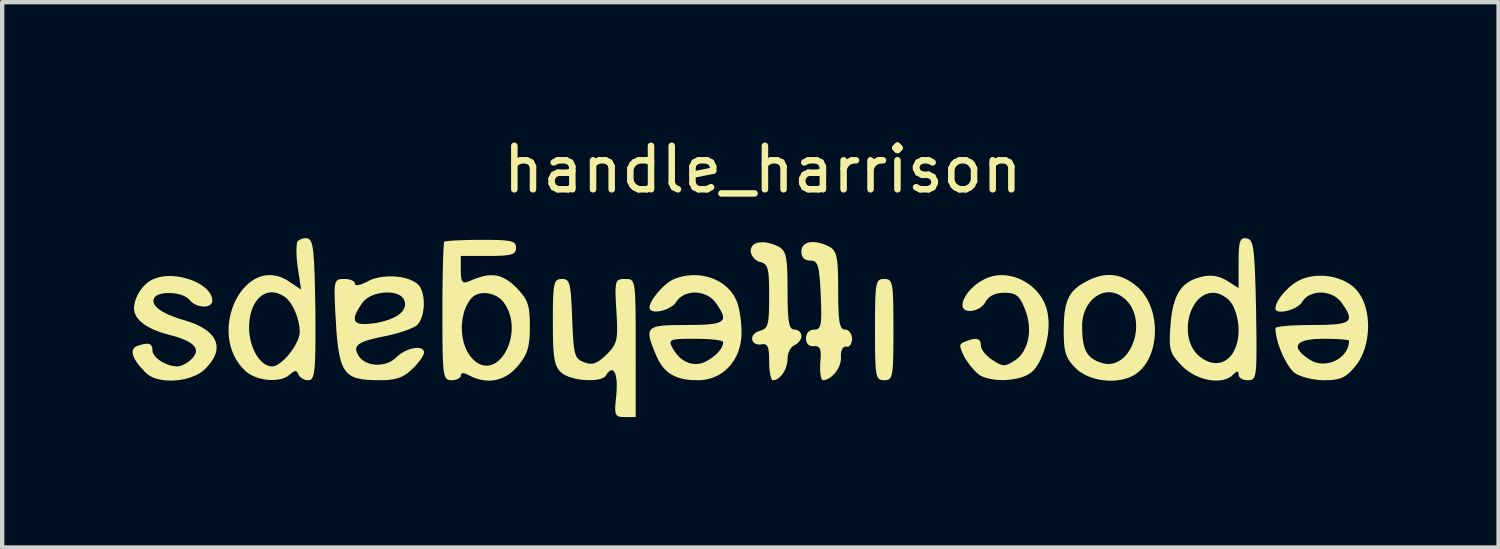
<source format=kicad_pcb>
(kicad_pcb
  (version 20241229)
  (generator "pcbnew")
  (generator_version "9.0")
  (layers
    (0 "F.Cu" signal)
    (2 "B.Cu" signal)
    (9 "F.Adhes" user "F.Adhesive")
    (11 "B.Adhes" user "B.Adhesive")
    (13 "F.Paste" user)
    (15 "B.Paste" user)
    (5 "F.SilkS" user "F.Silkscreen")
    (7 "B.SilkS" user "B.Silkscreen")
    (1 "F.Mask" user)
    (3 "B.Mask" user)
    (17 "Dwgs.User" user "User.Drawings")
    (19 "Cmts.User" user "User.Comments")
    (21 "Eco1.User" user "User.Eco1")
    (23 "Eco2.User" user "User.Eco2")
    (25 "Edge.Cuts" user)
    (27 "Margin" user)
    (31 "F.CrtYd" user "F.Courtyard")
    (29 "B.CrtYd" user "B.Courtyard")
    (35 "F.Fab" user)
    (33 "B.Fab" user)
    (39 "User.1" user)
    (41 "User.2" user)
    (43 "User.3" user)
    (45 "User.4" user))
  (footprint "handle_harrison"
    (layer "F.Cu")
    (at 14.812 3.938)
    (property "Reference" "handle_harrison" (at -0.32 -3.09 0) (unlocked yes) (layer "F.SilkS") (effects (font (size 1 1) (thickness 0.15))))
    (attr smd)
    (fp_poly (pts (xy 2.507 -0.572) (xy 2.538 -0.568) (xy 2.565 -0.559) (xy 2.589 -0.545) (xy 2.609 -0.523) (xy 2.626 -0.492) (xy 2.641 -0.452) (xy 2.652 -0.4) (xy 2.662 -0.335) (xy 2.669 -0.256) (xy 2.678 -0.051) (xy 2.682 0.228) (xy 2.683 0.591) (xy 2.683 0.784) (xy 2.682 0.954) (xy 2.68 1.103) (xy 2.678 1.233) (xy 2.676 1.291) (xy 2.674 1.344) (xy 2.672 1.393) (xy 2.669 1.438) (xy 2.665 1.48) (xy 2.662 1.517) (xy 2.657 1.551) (xy 2.652 1.582) (xy 2.647 1.609) (xy 2.641 1.634) (xy 2.634 1.655) (xy 2.626 1.674) (xy 2.622 1.683) (xy 2.618 1.691) (xy 2.614 1.698) (xy 2.609 1.705) (xy 2.604 1.711) (xy 2.6 1.717) (xy 2.594 1.722) (xy 2.589 1.727) (xy 2.583 1.731) (xy 2.578 1.735) (xy 2.572 1.738) (xy 2.565 1.741) (xy 2.552 1.746) (xy 2.538 1.75) (xy 2.523 1.752) (xy 2.507 1.754) (xy 2.489 1.755) (xy 2.471 1.755) (xy 2.436 1.754) (xy 2.404 1.75) (xy 2.377 1.741) (xy 2.353 1.727) (xy 2.333 1.705) (xy 2.316 1.674) (xy 2.301 1.634) (xy 2.29 1.582) (xy 2.281 1.517) (xy 2.273 1.438) (xy 2.264 1.233) (xy 2.26 0.954) (xy 2.259 0.591) (xy 2.26 0.398) (xy 2.26 0.228) (xy 2.262 0.079) (xy 2.264 -0.051) (xy 2.266 -0.109) (xy 2.268 -0.162) (xy 2.27 -0.211) (xy 2.273 -0.256) (xy 2.277 -0.298) (xy 2.281 -0.335) (xy 2.285 -0.369) (xy 2.29 -0.4) (xy 2.295 -0.427) (xy 2.301 -0.452) (xy 2.308 -0.473) (xy 2.316 -0.492) (xy 2.32 -0.501) (xy 2.324 -0.509) (xy 2.328 -0.516) (xy 2.333 -0.523) (xy 2.338 -0.529) (xy 2.343 -0.535) (xy 2.348 -0.54) (xy 2.353 -0.545) (xy 2.359 -0.549) (xy 2.365 -0.553) (xy 2.371 -0.556) (xy 2.377 -0.559) (xy 2.39 -0.564) (xy 2.404 -0.568) (xy 2.419 -0.57) (xy 2.436 -0.572) (xy 2.453 -0.573) (xy 2.471 -0.573)) (stroke (width 0) (type solid)) (fill yes) (layer "F.SilkS"))
    (fp_poly (pts (xy 7.695 -0.664) (xy 7.732 -0.66) (xy 7.769 -0.656) (xy 7.806 -0.649) (xy 7.842 -0.641) (xy 7.878 -0.631) (xy 7.915 -0.62) (xy 7.95 -0.607) (xy 7.986 -0.592) (xy 8.022 -0.575) (xy 8.057 -0.557) (xy 8.093 -0.537) (xy 8.163 -0.492) (xy 8.233 -0.441) (xy 8.302 -0.383) (xy 8.354 -0.332) (xy 8.402 -0.278) (xy 8.447 -0.221) (xy 8.487 -0.16) (xy 8.524 -0.097) (xy 8.558 -0.032) (xy 8.587 0.036) (xy 8.613 0.106) (xy 8.636 0.177) (xy 8.655 0.25) (xy 8.67 0.324) (xy 8.682 0.399) (xy 8.69 0.474) (xy 8.695 0.55) (xy 8.696 0.625) (xy 8.694 0.701) (xy 8.688 0.776) (xy 8.679 0.85) (xy 8.667 0.923) (xy 8.651 0.994) (xy 8.631 1.064) (xy 8.608 1.132) (xy 8.582 1.198) (xy 8.552 1.262) (xy 8.52 1.323) (xy 8.483 1.38) (xy 8.444 1.435) (xy 8.401 1.486) (xy 8.355 1.533) (xy 8.305 1.576) (xy 8.253 1.615) (xy 8.197 1.649) (xy 8.158 1.668) (xy 8.119 1.686) (xy 8.078 1.701) (xy 8.037 1.715) (xy 7.952 1.738) (xy 7.863 1.754) (xy 7.773 1.764) (xy 7.682 1.767) (xy 7.591 1.764) (xy 7.499 1.755) (xy 7.409 1.74) (xy 7.321 1.72) (xy 7.236 1.693) (xy 7.153 1.661) (xy 7.075 1.624) (xy 7.002 1.581) (xy 6.968 1.558) (xy 6.935 1.533) (xy 6.903 1.507) (xy 6.874 1.48) (xy 6.832 1.437) (xy 6.795 1.396) (xy 6.762 1.355) (xy 6.732 1.315) (xy 6.707 1.274) (xy 6.684 1.232) (xy 6.665 1.188) (xy 6.649 1.143) (xy 6.635 1.094) (xy 6.624 1.042) (xy 6.615 0.986) (xy 6.609 0.925) (xy 6.604 0.859) (xy 6.601 0.787) (xy 6.599 0.708) (xy 6.599 0.623) (xy 6.6 0.506) (xy 7.022 0.506) (xy 7.023 0.602) (xy 7.027 0.689) (xy 7.033 0.77) (xy 7.037 0.808) (xy 7.042 0.844) (xy 7.047 0.878) (xy 7.053 0.911) (xy 7.06 0.943) (xy 7.068 0.973) (xy 7.077 1.001) (xy 7.086 1.029) (xy 7.097 1.054) (xy 7.108 1.079) (xy 7.12 1.103) (xy 7.133 1.125) (xy 7.147 1.146) (xy 7.162 1.166) (xy 7.178 1.185) (xy 7.195 1.203) (xy 7.213 1.221) (xy 7.232 1.237) (xy 7.252 1.253) (xy 7.273 1.267) (xy 7.295 1.281) (xy 7.319 1.295) (xy 7.343 1.307) (xy 7.369 1.32) (xy 7.396 1.331) (xy 7.424 1.342) (xy 7.492 1.364) (xy 7.558 1.377) (xy 7.621 1.382) (xy 7.683 1.378) (xy 7.743 1.367) (xy 7.8 1.348) (xy 7.855 1.322) (xy 7.907 1.29) (xy 7.956 1.253) (xy 8.002 1.21) (xy 8.045 1.162) (xy 8.084 1.109) (xy 8.12 1.053) (xy 8.153 0.992) (xy 8.181 0.929) (xy 8.206 0.864) (xy 8.226 0.796) (xy 8.243 0.726) (xy 8.254 0.655) (xy 8.262 0.583) (xy 8.264 0.511) (xy 8.261 0.439) (xy 8.254 0.368) (xy 8.241 0.298) (xy 8.223 0.229) (xy 8.199 0.162) (xy 8.17 0.098) (xy 8.135 0.036) (xy 8.093 -0.022) (xy 8.046 -0.076) (xy 7.992 -0.126) (xy 7.932 -0.171) (xy 7.893 -0.196) (xy 7.854 -0.217) (xy 7.814 -0.234) (xy 7.774 -0.248) (xy 7.735 -0.258) (xy 7.695 -0.265) (xy 7.655 -0.268) (xy 7.616 -0.268) (xy 7.577 -0.264) (xy 7.538 -0.258) (xy 7.5 -0.248) (xy 7.463 -0.236) (xy 7.426 -0.22) (xy 7.39 -0.202) (xy 7.356 -0.181) (xy 7.322 -0.158) (xy 7.29 -0.132) (xy 7.259 -0.103) (xy 7.229 -0.072) (xy 7.201 -0.039) (xy 7.175 -0.004) (xy 7.15 0.034) (xy 7.127 0.073) (xy 7.106 0.115) (xy 7.087 0.158) (xy 7.071 0.203) (xy 7.056 0.25) (xy 7.044 0.298) (xy 7.035 0.348) (xy 7.028 0.4) (xy 7.023 0.452) (xy 7.022 0.506) (xy 6.6 0.506) (xy 6.6 0.501) (xy 6.604 0.388) (xy 6.611 0.285) (xy 6.616 0.236) (xy 6.621 0.19) (xy 6.628 0.145) (xy 6.635 0.103) (xy 6.644 0.062) (xy 6.653 0.023) (xy 6.664 -0.015) (xy 6.675 -0.051) (xy 6.688 -0.085) (xy 6.702 -0.118) (xy 6.717 -0.15) (xy 6.733 -0.18) (xy 6.75 -0.209) (xy 6.769 -0.237) (xy 6.789 -0.264) (xy 6.811 -0.29) (xy 6.833 -0.315) (xy 6.858 -0.339) (xy 6.883 -0.362) (xy 6.91 -0.385) (xy 6.939 -0.407) (xy 6.969 -0.428) (xy 7.001 -0.449) (xy 7.035 -0.47) (xy 7.07 -0.49) (xy 7.107 -0.51) (xy 7.189 -0.552) (xy 7.27 -0.588) (xy 7.35 -0.616) (xy 7.39 -0.628) (xy 7.429 -0.639) (xy 7.468 -0.647) (xy 7.506 -0.654) (xy 7.545 -0.659) (xy 7.583 -0.663) (xy 7.62 -0.665) (xy 7.658 -0.665)) (stroke (width 0) (type solid)) (fill yes) (layer "F.SilkS"))
    (fp_poly (pts (xy -3.407 -0.57) (xy -3.375 -0.563) (xy -3.347 -0.548) (xy -3.323 -0.525) (xy -3.303 -0.489) (xy -3.287 -0.44) (xy -3.274 -0.375) (xy -3.264 -0.291) (xy -3.257 -0.186) (xy -3.248 0.097) (xy -3.244 0.49) (xy -3.244 1.014) (xy -3.244 2.602) (xy -3.498 2.602) (xy -3.539 2.601) (xy -3.575 2.599) (xy -3.607 2.596) (xy -3.633 2.589) (xy -3.645 2.585) (xy -3.656 2.579) (xy -3.666 2.573) (xy -3.674 2.566) (xy -3.682 2.557) (xy -3.689 2.547) (xy -3.695 2.536) (xy -3.7 2.524) (xy -3.705 2.51) (xy -3.708 2.494) (xy -3.713 2.459) (xy -3.715 2.416) (xy -3.714 2.365) (xy -3.71 2.306) (xy -3.705 2.238) (xy -3.688 2.073) (xy -3.685 2.027) (xy -3.682 1.983) (xy -3.681 1.941) (xy -3.68 1.9) (xy -3.68 1.862) (xy -3.681 1.825) (xy -3.682 1.791) (xy -3.685 1.758) (xy -3.688 1.727) (xy -3.692 1.699) (xy -3.697 1.672) (xy -3.702 1.648) (xy -3.708 1.625) (xy -3.715 1.605) (xy -3.723 1.587) (xy -3.731 1.571) (xy -3.74 1.558) (xy -3.749 1.547) (xy -3.759 1.538) (xy -3.764 1.534) (xy -3.769 1.531) (xy -3.775 1.529) (xy -3.78 1.527) (xy -3.786 1.526) (xy -3.792 1.525) (xy -3.798 1.525) (xy -3.804 1.526) (xy -3.81 1.527) (xy -3.816 1.529) (xy -3.829 1.535) (xy -3.843 1.544) (xy -3.857 1.555) (xy -3.871 1.568) (xy -3.886 1.584) (xy -3.901 1.603) (xy -3.916 1.625) (xy -3.932 1.649) (xy -3.944 1.665) (xy -3.959 1.679) (xy -3.977 1.691) (xy -3.998 1.703) (xy -4.021 1.713) (xy -4.048 1.723) (xy -4.107 1.737) (xy -4.174 1.748) (xy -4.247 1.753) (xy -4.325 1.754) (xy -4.405 1.751) (xy -4.487 1.744) (xy -4.569 1.732) (xy -4.648 1.716) (xy -4.724 1.695) (xy -4.794 1.671) (xy -4.858 1.643) (xy -4.887 1.628) (xy -4.913 1.611) (xy -4.937 1.594) (xy -4.958 1.575) (xy -4.987 1.549) (xy -5.012 1.52) (xy -5.035 1.487) (xy -5.055 1.451) (xy -5.073 1.411) (xy -5.088 1.364) (xy -5.102 1.311) (xy -5.113 1.251) (xy -5.123 1.183) (xy -5.131 1.106) (xy -5.137 1.019) (xy -5.142 0.922) (xy -5.147 0.692) (xy -5.149 0.411) (xy -5.149 0.25) (xy -5.148 0.107) (xy -5.146 -0.018) (xy -5.144 -0.074) (xy -5.143 -0.127) (xy -5.141 -0.175) (xy -5.138 -0.221) (xy -5.135 -0.262) (xy -5.132 -0.3) (xy -5.129 -0.335) (xy -5.124 -0.367) (xy -5.12 -0.396) (xy -5.115 -0.422) (xy -5.109 -0.446) (xy -5.102 -0.467) (xy -5.096 -0.485) (xy -5.088 -0.502) (xy -5.08 -0.516) (xy -5.071 -0.528) (xy -5.066 -0.534) (xy -5.061 -0.539) (xy -5.056 -0.543) (xy -5.051 -0.547) (xy -5.04 -0.555) (xy -5.028 -0.56) (xy -5.015 -0.565) (xy -5.001 -0.568) (xy -4.987 -0.571) (xy -4.971 -0.572) (xy -4.955 -0.573) (xy -4.937 -0.573) (xy -4.905 -0.572) (xy -4.877 -0.568) (xy -4.852 -0.56) (xy -4.829 -0.547) (xy -4.81 -0.528) (xy -4.793 -0.503) (xy -4.778 -0.47) (xy -4.765 -0.428) (xy -4.754 -0.376) (xy -4.745 -0.314) (xy -4.736 -0.24) (xy -4.729 -0.153) (xy -4.716 0.061) (xy -4.704 0.337) (xy -4.699 0.487) (xy -4.693 0.62) (xy -4.686 0.737) (xy -4.679 0.839) (xy -4.675 0.885) (xy -4.671 0.928) (xy -4.667 0.968) (xy -4.662 1.005) (xy -4.657 1.039) (xy -4.651 1.07) (xy -4.645 1.099) (xy -4.638 1.125) (xy -4.631 1.15) (xy -4.623 1.172) (xy -4.615 1.192) (xy -4.606 1.21) (xy -4.596 1.227) (xy -4.585 1.242) (xy -4.574 1.256) (xy -4.562 1.269) (xy -4.548 1.28) (xy -4.534 1.291) (xy -4.52 1.3) (xy -4.504 1.31) (xy -4.487 1.318) (xy -4.469 1.326) (xy -4.45 1.334) (xy -4.429 1.342) (xy -4.395 1.355) (xy -4.361 1.365) (xy -4.33 1.371) (xy -4.314 1.374) (xy -4.299 1.375) (xy -4.284 1.376) (xy -4.269 1.376) (xy -4.255 1.375) (xy -4.24 1.374) (xy -4.226 1.371) (xy -4.211 1.368) (xy -4.196 1.364) (xy -4.182 1.36) (xy -4.167 1.354) (xy -4.152 1.347) (xy -4.137 1.34) (xy -4.122 1.332) (xy -4.091 1.313) (xy -4.059 1.29) (xy -4.025 1.264) (xy -3.989 1.234) (xy -3.951 1.2) (xy -3.911 1.162) (xy -3.868 1.119) (xy -3.83 1.077) (xy -3.796 1.037) (xy -3.767 0.998) (xy -3.743 0.958) (xy -3.722 0.916) (xy -3.706 0.871) (xy -3.692 0.822) (xy -3.683 0.769) (xy -3.676 0.709) (xy -3.672 0.641) (xy -3.671 0.566) (xy -3.672 0.481) (xy -3.676 0.385) (xy -3.688 0.157) (xy -3.696 0.034) (xy -3.702 -0.075) (xy -3.706 -0.17) (xy -3.708 -0.252) (xy -3.708 -0.288) (xy -3.707 -0.322) (xy -3.706 -0.353) (xy -3.705 -0.381) (xy -3.702 -0.407) (xy -3.699 -0.43) (xy -3.696 -0.451) (xy -3.691 -0.47) (xy -3.686 -0.487) (xy -3.68 -0.502) (xy -3.672 -0.515) (xy -3.664 -0.526) (xy -3.656 -0.536) (xy -3.646 -0.545) (xy -3.635 -0.552) (xy -3.623 -0.557) (xy -3.61 -0.562) (xy -3.596 -0.566) (xy -3.581 -0.568) (xy -3.565 -0.57) (xy -3.547 -0.572) (xy -3.528 -0.573) (xy -3.487 -0.573)) (stroke (width 0) (type solid)) (fill yes) (layer "F.SilkS"))
    (fp_poly (pts (xy 12.606 -0.644) (xy 12.701 -0.633) (xy 12.795 -0.615) (xy 12.887 -0.59) (xy 12.975 -0.559) (xy 13.018 -0.541) (xy 13.06 -0.522) (xy 13.1 -0.501) (xy 13.139 -0.478) (xy 13.177 -0.453) (xy 13.213 -0.428) (xy 13.248 -0.4) (xy 13.281 -0.371) (xy 13.311 -0.341) (xy 13.34 -0.309) (xy 13.373 -0.269) (xy 13.403 -0.226) (xy 13.431 -0.181) (xy 13.457 -0.134) (xy 13.481 -0.084) (xy 13.503 -0.033) (xy 13.539 0.074) (xy 13.567 0.187) (xy 13.586 0.305) (xy 13.596 0.425) (xy 13.598 0.547) (xy 13.591 0.67) (xy 13.576 0.791) (xy 13.552 0.911) (xy 13.52 1.026) (xy 13.48 1.137) (xy 13.431 1.242) (xy 13.403 1.291) (xy 13.374 1.339) (xy 13.342 1.384) (xy 13.308 1.427) (xy 13.268 1.476) (xy 13.229 1.52) (xy 13.191 1.56) (xy 13.154 1.594) (xy 13.118 1.625) (xy 13.081 1.652) (xy 13.043 1.675) (xy 13.004 1.694) (xy 12.963 1.711) (xy 12.921 1.724) (xy 12.875 1.734) (xy 12.826 1.743) (xy 12.774 1.748) (xy 12.717 1.752) (xy 12.655 1.754) (xy 12.589 1.755) (xy 12.543 1.754) (xy 12.495 1.752) (xy 12.448 1.748) (xy 12.4 1.742) (xy 12.352 1.735) (xy 12.304 1.727) (xy 12.257 1.718) (xy 12.212 1.708) (xy 12.167 1.696) (xy 12.125 1.684) (xy 12.084 1.671) (xy 12.045 1.657) (xy 12.01 1.642) (xy 11.977 1.628) (xy 11.948 1.612) (xy 11.922 1.596) (xy 11.884 1.566) (xy 11.845 1.525) (xy 11.805 1.477) (xy 11.766 1.421) (xy 11.727 1.359) (xy 11.69 1.291) (xy 11.653 1.22) (xy 11.619 1.145) (xy 11.587 1.069) (xy 11.558 0.991) (xy 11.554 0.98) (xy 11.98 0.98) (xy 11.981 0.998) (xy 11.985 1.017) (xy 11.992 1.037) (xy 12.003 1.058) (xy 12.017 1.079) (xy 12.034 1.102) (xy 12.055 1.125) (xy 12.079 1.149) (xy 12.107 1.173) (xy 12.137 1.199) (xy 12.172 1.225) (xy 12.209 1.251) (xy 12.25 1.279) (xy 12.284 1.3) (xy 12.32 1.319) (xy 12.356 1.334) (xy 12.392 1.347) (xy 12.43 1.357) (xy 12.468 1.365) (xy 12.506 1.369) (xy 12.544 1.372) (xy 12.582 1.372) (xy 12.621 1.369) (xy 12.659 1.364) (xy 12.696 1.357) (xy 12.733 1.348) (xy 12.77 1.337) (xy 12.805 1.323) (xy 12.84 1.308) (xy 12.874 1.291) (xy 12.906 1.272) (xy 12.937 1.251) (xy 12.967 1.228) (xy 12.995 1.203) (xy 13.022 1.178) (xy 13.046 1.15) (xy 13.069 1.121) (xy 13.089 1.091) (xy 13.107 1.059) (xy 13.123 1.026) (xy 13.136 0.992) (xy 13.146 0.957) (xy 13.154 0.921) (xy 13.159 0.883) (xy 13.16 0.845) (xy 13.159 0.843) (xy 13.157 0.841) (xy 13.148 0.837) (xy 13.134 0.833) (xy 13.114 0.829) (xy 13.06 0.822) (xy 12.988 0.816) (xy 12.902 0.81) (xy 12.803 0.806) (xy 12.694 0.804) (xy 12.578 0.803) (xy 12.518 0.803) (xy 12.461 0.805) (xy 12.408 0.807) (xy 12.357 0.811) (xy 12.31 0.816) (xy 12.265 0.821) (xy 12.224 0.828) (xy 12.186 0.835) (xy 12.151 0.844) (xy 12.12 0.853) (xy 12.091 0.864) (xy 12.066 0.875) (xy 12.044 0.887) (xy 12.025 0.901) (xy 12.01 0.915) (xy 11.997 0.93) (xy 11.988 0.945) (xy 11.983 0.962) (xy 11.98 0.98) (xy 11.554 0.98) (xy 11.532 0.913) (xy 11.51 0.836) (xy 11.492 0.761) (xy 11.478 0.689) (xy 11.47 0.622) (xy 11.467 0.559) (xy 11.468 0.555) (xy 11.471 0.551) (xy 11.484 0.544) (xy 11.505 0.537) (xy 11.534 0.53) (xy 11.612 0.517) (xy 11.716 0.506) (xy 11.841 0.497) (xy 11.985 0.491) (xy 12.143 0.487) (xy 12.314 0.485) (xy 12.475 0.484) (xy 12.617 0.482) (xy 12.741 0.476) (xy 12.797 0.473) (xy 12.848 0.468) (xy 12.895 0.463) (xy 12.938 0.457) (xy 12.977 0.45) (xy 13.012 0.442) (xy 13.042 0.432) (xy 13.07 0.422) (xy 13.093 0.411) (xy 13.113 0.398) (xy 13.129 0.384) (xy 13.141 0.368) (xy 13.15 0.352) (xy 13.156 0.333) (xy 13.159 0.313) (xy 13.158 0.292) (xy 13.154 0.269) (xy 13.147 0.244) (xy 13.137 0.217) (xy 13.124 0.189) (xy 13.109 0.159) (xy 13.09 0.127) (xy 13.069 0.092) (xy 13.046 0.056) (xy 12.991 -0.023) (xy 12.97 -0.051) (xy 12.948 -0.077) (xy 12.924 -0.101) (xy 12.898 -0.124) (xy 12.872 -0.145) (xy 12.844 -0.164) (xy 12.815 -0.182) (xy 12.785 -0.197) (xy 12.754 -0.211) (xy 12.722 -0.223) (xy 12.69 -0.234) (xy 12.657 -0.243) (xy 12.624 -0.249) (xy 12.591 -0.255) (xy 12.557 -0.258) (xy 12.524 -0.26) (xy 12.49 -0.26) (xy 12.457 -0.258) (xy 12.424 -0.254) (xy 12.392 -0.248) (xy 12.36 -0.241) (xy 12.329 -0.232) (xy 12.299 -0.221) (xy 12.269 -0.209) (xy 12.241 -0.195) (xy 12.213 -0.178) (xy 12.187 -0.16) (xy 12.163 -0.141) (xy 12.14 -0.119) (xy 12.118 -0.096) (xy 12.099 -0.071) (xy 12.081 -0.044) (xy 12.069 -0.026) (xy 12.055 -0.009) (xy 12.039 0.007) (xy 12.021 0.024) (xy 12.002 0.039) (xy 11.981 0.054) (xy 11.959 0.068) (xy 11.936 0.082) (xy 11.912 0.095) (xy 11.887 0.107) (xy 11.835 0.128) (xy 11.783 0.147) (xy 11.73 0.161) (xy 11.679 0.171) (xy 11.654 0.175) (xy 11.63 0.177) (xy 11.608 0.178) (xy 11.586 0.178) (xy 11.565 0.177) (xy 11.546 0.175) (xy 11.529 0.171) (xy 11.514 0.166) (xy 11.5 0.159) (xy 11.488 0.151) (xy 11.479 0.142) (xy 11.472 0.131) (xy 11.468 0.118) (xy 11.467 0.104) (xy 11.468 0.088) (xy 11.47 0.071) (xy 11.473 0.053) (xy 11.478 0.035) (xy 11.492 -0.004) (xy 11.511 -0.044) (xy 11.534 -0.086) (xy 11.561 -0.129) (xy 11.591 -0.172) (xy 11.626 -0.216) (xy 11.663 -0.259) (xy 11.703 -0.302) (xy 11.745 -0.344) (xy 11.788 -0.384) (xy 11.834 -0.422) (xy 11.88 -0.458) (xy 11.927 -0.491) (xy 11.975 -0.52) (xy 12.014 -0.541) (xy 12.055 -0.56) (xy 12.097 -0.577) (xy 12.14 -0.592) (xy 12.184 -0.606) (xy 12.229 -0.617) (xy 12.274 -0.627) (xy 12.321 -0.635) (xy 12.415 -0.645) (xy 12.51 -0.648)) (stroke (width 0) (type solid)) (fill yes) (layer "F.SilkS"))
    (fp_poly (pts (xy -10.822 -1.51) (xy -10.806 -1.508) (xy -10.79 -1.505) (xy -10.765 -1.496) (xy -10.744 -1.48) (xy -10.724 -1.456) (xy -10.707 -1.424) (xy -10.691 -1.38) (xy -10.678 -1.325) (xy -10.666 -1.257) (xy -10.656 -1.175) (xy -10.64 -0.963) (xy -10.628 -0.679) (xy -10.618 -0.312) (xy -10.61 0.146) (xy -10.608 0.402) (xy -10.608 0.629) (xy -10.608 0.829) (xy -10.609 0.92) (xy -10.61 1.005) (xy -10.611 1.084) (xy -10.613 1.157) (xy -10.615 1.225) (xy -10.617 1.288) (xy -10.62 1.346) (xy -10.623 1.399) (xy -10.627 1.447) (xy -10.631 1.491) (xy -10.636 1.53) (xy -10.641 1.566) (xy -10.647 1.598) (xy -10.653 1.626) (xy -10.657 1.638) (xy -10.66 1.65) (xy -10.664 1.662) (xy -10.668 1.672) (xy -10.672 1.682) (xy -10.676 1.69) (xy -10.68 1.699) (xy -10.684 1.706) (xy -10.689 1.713) (xy -10.694 1.719) (xy -10.699 1.725) (xy -10.704 1.73) (xy -10.709 1.735) (xy -10.715 1.739) (xy -10.72 1.742) (xy -10.726 1.745) (xy -10.732 1.748) (xy -10.738 1.75) (xy -10.745 1.752) (xy -10.751 1.753) (xy -10.765 1.755) (xy -10.779 1.755) (xy -10.788 1.755) (xy -10.797 1.754) (xy -10.806 1.754) (xy -10.815 1.752) (xy -10.824 1.751) (xy -10.832 1.749) (xy -10.841 1.747) (xy -10.85 1.744) (xy -10.858 1.741) (xy -10.867 1.738) (xy -10.875 1.735) (xy -10.883 1.731) (xy -10.891 1.727) (xy -10.899 1.723) (xy -10.907 1.719) (xy -10.914 1.714) (xy -10.922 1.709) (xy -10.929 1.704) (xy -10.936 1.699) (xy -10.942 1.694) (xy -10.949 1.688) (xy -10.955 1.682) (xy -10.961 1.676) (xy -10.967 1.67) (xy -10.972 1.664) (xy -10.977 1.658) (xy -10.982 1.651) (xy -10.987 1.645) (xy -10.991 1.638) (xy -10.995 1.631) (xy -10.998 1.624) (xy -11.002 1.618) (xy -11.009 1.601) (xy -11.017 1.586) (xy -11.021 1.58) (xy -11.025 1.574) (xy -11.029 1.569) (xy -11.033 1.564) (xy -11.037 1.56) (xy -11.041 1.556) (xy -11.045 1.553) (xy -11.05 1.551) (xy -11.054 1.549) (xy -11.059 1.547) (xy -11.064 1.546) (xy -11.069 1.546) (xy -11.074 1.546) (xy -11.08 1.547) (xy -11.086 1.549) (xy -11.092 1.551) (xy -11.098 1.553) (xy -11.105 1.556) (xy -11.112 1.56) (xy -11.119 1.564) (xy -11.135 1.574) (xy -11.152 1.586) (xy -11.171 1.601) (xy -11.192 1.618) (xy -11.213 1.637) (xy -11.236 1.654) (xy -11.26 1.67) (xy -11.286 1.685) (xy -11.314 1.698) (xy -11.344 1.709) (xy -11.374 1.719) (xy -11.406 1.728) (xy -11.473 1.741) (xy -11.543 1.749) (xy -11.615 1.751) (xy -11.689 1.747) (xy -11.764 1.739) (xy -11.838 1.725) (xy -11.911 1.706) (xy -11.981 1.683) (xy -12.048 1.655) (xy -12.11 1.622) (xy -12.14 1.604) (xy -12.168 1.585) (xy -12.194 1.565) (xy -12.219 1.543) (xy -12.301 1.458) (xy -12.374 1.368) (xy -12.435 1.273) (xy -12.487 1.174) (xy -12.529 1.071) (xy -12.562 0.966) (xy -12.585 0.859) (xy -12.6 0.751) (xy -12.606 0.642) (xy -12.605 0.549) (xy -12.134 0.549) (xy -12.133 0.591) (xy -12.131 0.634) (xy -12.127 0.676) (xy -12.122 0.718) (xy -12.116 0.759) (xy -12.109 0.8) (xy -12.1 0.84) (xy -12.09 0.88) (xy -12.079 0.918) (xy -12.067 0.956) (xy -12.053 0.994) (xy -12.039 1.03) (xy -12.024 1.065) (xy -12.008 1.099) (xy -11.99 1.132) (xy -11.973 1.164) (xy -11.954 1.194) (xy -11.934 1.223) (xy -11.914 1.25) (xy -11.893 1.276) (xy -11.872 1.301) (xy -11.849 1.323) (xy -11.827 1.344) (xy -11.804 1.363) (xy -11.78 1.38) (xy -11.756 1.395) (xy -11.731 1.407) (xy -11.707 1.418) (xy -11.681 1.427) (xy -11.656 1.433) (xy -11.631 1.436) (xy -11.605 1.438) (xy -11.583 1.436) (xy -11.561 1.432) (xy -11.538 1.425) (xy -11.514 1.415) (xy -11.489 1.403) (xy -11.464 1.388) (xy -11.412 1.352) (xy -11.359 1.309) (xy -11.306 1.259) (xy -11.254 1.204) (xy -11.204 1.144) (xy -11.156 1.081) (xy -11.112 1.016) (xy -11.072 0.95) (xy -11.038 0.884) (xy -11.009 0.819) (xy -10.988 0.757) (xy -10.98 0.727) (xy -10.974 0.698) (xy -10.971 0.67) (xy -10.97 0.644) (xy -10.972 0.587) (xy -10.977 0.529) (xy -10.987 0.469) (xy -10.999 0.408) (xy -11.015 0.347) (xy -11.033 0.287) (xy -11.055 0.227) (xy -11.078 0.169) (xy -11.104 0.113) (xy -11.132 0.06) (xy -11.162 0.01) (xy -11.193 -0.036) (xy -11.226 -0.078) (xy -11.242 -0.097) (xy -11.259 -0.115) (xy -11.277 -0.131) (xy -11.294 -0.146) (xy -11.312 -0.159) (xy -11.33 -0.171) (xy -11.368 -0.195) (xy -11.407 -0.215) (xy -11.445 -0.232) (xy -11.483 -0.246) (xy -11.52 -0.256) (xy -11.557 -0.262) (xy -11.594 -0.265) (xy -11.629 -0.265) (xy -11.665 -0.262) (xy -11.699 -0.256) (xy -11.733 -0.247) (xy -11.765 -0.234) (xy -11.797 -0.219) (xy -11.828 -0.201) (xy -11.858 -0.18) (xy -11.887 -0.156) (xy -11.914 -0.13) (xy -11.94 -0.101) (xy -11.965 -0.069) (xy -11.988 -0.035) (xy -12.01 0.001) (xy -12.031 0.04) (xy -12.049 0.082) (xy -12.066 0.125) (xy -12.082 0.171) (xy -12.095 0.219) (xy -12.107 0.269) (xy -12.116 0.321) (xy -12.124 0.375) (xy -12.129 0.431) (xy -12.133 0.489) (xy -12.134 0.549) (xy -12.605 0.549) (xy -12.605 0.533) (xy -12.595 0.425) (xy -12.578 0.319) (xy -12.554 0.214) (xy -12.524 0.112) (xy -12.487 0.013) (xy -12.444 -0.081) (xy -12.395 -0.171) (xy -12.34 -0.255) (xy -12.281 -0.334) (xy -12.216 -0.405) (xy -12.148 -0.47) (xy -12.075 -0.526) (xy -11.998 -0.573) (xy -11.918 -0.612) (xy -11.835 -0.64) (xy -11.749 -0.657) (xy -11.66 -0.663) (xy -11.57 -0.657) (xy -11.477 -0.638) (xy -11.383 -0.606) (xy -11.288 -0.56) (xy -11.192 -0.499) (xy -10.938 -0.33) (xy -11.012 -0.817) (xy -11.02 -0.868) (xy -11.026 -0.919) (xy -11.032 -0.97) (xy -11.036 -1.02) (xy -11.04 -1.068) (xy -11.042 -1.115) (xy -11.044 -1.16) (xy -11.045 -1.203) (xy -11.045 -1.243) (xy -11.044 -1.281) (xy -11.043 -1.315) (xy -11.04 -1.346) (xy -11.037 -1.374) (xy -11.033 -1.397) (xy -11.028 -1.416) (xy -11.023 -1.43) (xy -11.014 -1.44) (xy -11.004 -1.45) (xy -10.993 -1.459) (xy -10.98 -1.467) (xy -10.967 -1.475) (xy -10.953 -1.483) (xy -10.938 -1.489) (xy -10.922 -1.495) (xy -10.906 -1.5) (xy -10.89 -1.504) (xy -10.873 -1.507) (xy -10.856 -1.509) (xy -10.839 -1.51)) (stroke (width 0) (type solid)) (fill yes) (layer "F.SilkS"))
    (fp_poly (pts (xy 5.257 -0.657) (xy 5.315 -0.65) (xy 5.373 -0.64) (xy 5.431 -0.626) (xy 5.488 -0.609) (xy 5.544 -0.589) (xy 5.6 -0.566) (xy 5.654 -0.54) (xy 5.707 -0.511) (xy 5.758 -0.479) (xy 5.808 -0.445) (xy 5.856 -0.408) (xy 5.902 -0.368) (xy 5.946 -0.326) (xy 5.987 -0.282) (xy 6.026 -0.235) (xy 6.063 -0.186) (xy 6.096 -0.135) (xy 6.127 -0.082) (xy 6.154 -0.027) (xy 6.178 0.03) (xy 6.198 0.088) (xy 6.215 0.148) (xy 6.228 0.21) (xy 6.236 0.255) (xy 6.242 0.302) (xy 6.25 0.398) (xy 6.251 0.498) (xy 6.246 0.599) (xy 6.235 0.702) (xy 6.218 0.805) (xy 6.196 0.907) (xy 6.17 1.006) (xy 6.139 1.103) (xy 6.104 1.195) (xy 6.065 1.282) (xy 6.023 1.362) (xy 5.977 1.435) (xy 5.954 1.468) (xy 5.929 1.499) (xy 5.904 1.527) (xy 5.879 1.553) (xy 5.853 1.576) (xy 5.826 1.596) (xy 5.773 1.628) (xy 5.713 1.657) (xy 5.649 1.682) (xy 5.579 1.703) (xy 5.505 1.72) (xy 5.429 1.734) (xy 5.35 1.744) (xy 5.27 1.75) (xy 5.19 1.752) (xy 5.11 1.75) (xy 5.031 1.744) (xy 4.954 1.733) (xy 4.88 1.719) (xy 4.809 1.7) (xy 4.743 1.677) (xy 4.683 1.649) (xy 4.663 1.636) (xy 4.641 1.62) (xy 4.619 1.601) (xy 4.595 1.58) (xy 4.572 1.557) (xy 4.548 1.533) (xy 4.523 1.506) (xy 4.499 1.479) (xy 4.475 1.45) (xy 4.451 1.42) (xy 4.427 1.39) (xy 4.405 1.359) (xy 4.383 1.328) (xy 4.362 1.297) (xy 4.342 1.267) (xy 4.323 1.237) (xy 4.299 1.188) (xy 4.278 1.144) (xy 4.26 1.105) (xy 4.253 1.087) (xy 4.246 1.07) (xy 4.24 1.054) (xy 4.235 1.039) (xy 4.23 1.025) (xy 4.227 1.012) (xy 4.224 1) (xy 4.222 0.989) (xy 4.221 0.978) (xy 4.221 0.968) (xy 4.222 0.959) (xy 4.223 0.95) (xy 4.226 0.942) (xy 4.229 0.934) (xy 4.233 0.927) (xy 4.238 0.92) (xy 4.244 0.914) (xy 4.25 0.908) (xy 4.258 0.902) (xy 4.266 0.896) (xy 4.275 0.891) (xy 4.285 0.886) (xy 4.296 0.881) (xy 4.308 0.876) (xy 4.334 0.866) (xy 4.358 0.857) (xy 4.381 0.848) (xy 4.404 0.84) (xy 4.425 0.833) (xy 4.446 0.827) (xy 4.465 0.821) (xy 4.484 0.816) (xy 4.502 0.813) (xy 4.518 0.809) (xy 4.534 0.807) (xy 4.55 0.806) (xy 4.564 0.805) (xy 4.577 0.805) (xy 4.59 0.806) (xy 4.602 0.808) (xy 4.613 0.811) (xy 4.623 0.814) (xy 4.633 0.818) (xy 4.641 0.823) (xy 4.649 0.829) (xy 4.657 0.836) (xy 4.663 0.843) (xy 4.669 0.851) (xy 4.675 0.86) (xy 4.679 0.87) (xy 4.683 0.881) (xy 4.686 0.892) (xy 4.689 0.904) (xy 4.691 0.917) (xy 4.692 0.931) (xy 4.693 0.946) (xy 4.694 0.961) (xy 4.694 0.97) (xy 4.695 0.978) (xy 4.697 0.987) (xy 4.699 0.996) (xy 4.705 1.015) (xy 4.714 1.035) (xy 4.725 1.056) (xy 4.738 1.077) (xy 4.753 1.099) (xy 4.77 1.121) (xy 4.789 1.144) (xy 4.809 1.166) (xy 4.831 1.188) (xy 4.854 1.21) (xy 4.879 1.231) (xy 4.904 1.252) (xy 4.931 1.271) (xy 4.958 1.289) (xy 5.002 1.317) (xy 5.041 1.342) (xy 5.076 1.362) (xy 5.109 1.379) (xy 5.125 1.386) (xy 5.139 1.392) (xy 5.154 1.397) (xy 5.168 1.402) (xy 5.181 1.405) (xy 5.195 1.408) (xy 5.208 1.409) (xy 5.221 1.41) (xy 5.235 1.41) (xy 5.248 1.409) (xy 5.261 1.407) (xy 5.274 1.404) (xy 5.288 1.4) (xy 5.302 1.395) (xy 5.317 1.39) (xy 5.332 1.383) (xy 5.363 1.368) (xy 5.398 1.349) (xy 5.435 1.326) (xy 5.477 1.3) (xy 5.506 1.279) (xy 5.534 1.257) (xy 5.56 1.233) (xy 5.586 1.207) (xy 5.632 1.151) (xy 5.674 1.089) (xy 5.709 1.023) (xy 5.74 0.951) (xy 5.764 0.876) (xy 5.782 0.797) (xy 5.795 0.716) (xy 5.801 0.631) (xy 5.8 0.545) (xy 5.794 0.458) (xy 5.78 0.369) (xy 5.76 0.281) (xy 5.733 0.192) (xy 5.699 0.104) (xy 5.677 0.051) (xy 5.656 0.004) (xy 5.635 -0.039) (xy 5.614 -0.077) (xy 5.604 -0.094) (xy 5.593 -0.111) (xy 5.582 -0.126) (xy 5.57 -0.14) (xy 5.559 -0.153) (xy 5.547 -0.165) (xy 5.534 -0.177) (xy 5.522 -0.187) (xy 5.509 -0.196) (xy 5.495 -0.205) (xy 5.481 -0.213) (xy 5.466 -0.22) (xy 5.451 -0.226) (xy 5.435 -0.232) (xy 5.419 -0.237) (xy 5.401 -0.241) (xy 5.383 -0.245) (xy 5.365 -0.248) (xy 5.324 -0.252) (xy 5.281 -0.255) (xy 5.233 -0.256) (xy 5.194 -0.255) (xy 5.175 -0.254) (xy 5.157 -0.252) (xy 5.139 -0.25) (xy 5.121 -0.248) (xy 5.104 -0.245) (xy 5.087 -0.242) (xy 5.07 -0.238) (xy 5.054 -0.234) (xy 5.038 -0.23) (xy 5.023 -0.225) (xy 5.007 -0.22) (xy 4.993 -0.214) (xy 4.979 -0.208) (xy 4.965 -0.201) (xy 4.951 -0.195) (xy 4.938 -0.187) (xy 4.926 -0.18) (xy 4.913 -0.171) (xy 4.902 -0.163) (xy 4.89 -0.154) (xy 4.879 -0.145) (xy 4.869 -0.135) (xy 4.859 -0.125) (xy 4.849 -0.115) (xy 4.839 -0.104) (xy 4.831 -0.093) (xy 4.822 -0.081) (xy 4.814 -0.069) (xy 4.807 -0.057) (xy 4.799 -0.044) (xy 4.787 -0.023) (xy 4.773 -0.002) (xy 4.757 0.017) (xy 4.74 0.035) (xy 4.722 0.052) (xy 4.703 0.067) (xy 4.684 0.082) (xy 4.663 0.096) (xy 4.642 0.108) (xy 4.62 0.119) (xy 4.598 0.129) (xy 4.576 0.138) (xy 4.554 0.145) (xy 4.531 0.151) (xy 4.509 0.156) (xy 4.487 0.16) (xy 4.466 0.162) (xy 4.444 0.163) (xy 4.424 0.163) (xy 4.404 0.161) (xy 4.385 0.158) (xy 4.367 0.154) (xy 4.351 0.148) (xy 4.335 0.141) (xy 4.321 0.132) (xy 4.308 0.122) (xy 4.297 0.11) (xy 4.288 0.097) (xy 4.28 0.083) (xy 4.275 0.067) (xy 4.271 0.049) (xy 4.27 0.03) (xy 4.271 0.013) (xy 4.273 -0.005) (xy 4.276 -0.023) (xy 4.28 -0.041) (xy 4.285 -0.06) (xy 4.291 -0.079) (xy 4.307 -0.117) (xy 4.327 -0.157) (xy 4.351 -0.197) (xy 4.378 -0.237) (xy 4.409 -0.277) (xy 4.443 -0.316) (xy 4.48 -0.355) (xy 4.519 -0.392) (xy 4.56 -0.428) (xy 4.604 -0.463) (xy 4.65 -0.495) (xy 4.698 -0.525) (xy 4.746 -0.552) (xy 4.8 -0.58) (xy 4.854 -0.603) (xy 4.91 -0.622) (xy 4.966 -0.638) (xy 5.024 -0.649) (xy 5.082 -0.657) (xy 5.14 -0.661) (xy 5.198 -0.661)) (stroke (width 0) (type solid)) (fill yes) (layer "F.SilkS"))
    (fp_poly (pts (xy -0.306 -1.417) (xy -0.252 -1.412) (xy -0.196 -1.402) (xy -0.138 -1.387) (xy -0.078 -1.368) (xy -0.016 -1.343) (xy 0.047 -1.314) (xy 0.078 -1.296) (xy 0.105 -1.275) (xy 0.129 -1.252) (xy 0.15 -1.225) (xy 0.169 -1.194) (xy 0.186 -1.158) (xy 0.2 -1.115) (xy 0.212 -1.065) (xy 0.221 -1.008) (xy 0.23 -0.941) (xy 0.236 -0.865) (xy 0.241 -0.778) (xy 0.247 -0.57) (xy 0.249 -0.309) (xy 0.249 -0.178) (xy 0.25 -0.06) (xy 0.252 0.046) (xy 0.254 0.094) (xy 0.255 0.14) (xy 0.257 0.183) (xy 0.26 0.224) (xy 0.262 0.262) (xy 0.265 0.297) (xy 0.269 0.33) (xy 0.272 0.361) (xy 0.276 0.389) (xy 0.28 0.415) (xy 0.285 0.439) (xy 0.29 0.461) (xy 0.295 0.481) (xy 0.301 0.499) (xy 0.308 0.515) (xy 0.314 0.529) (xy 0.321 0.542) (xy 0.329 0.553) (xy 0.337 0.563) (xy 0.341 0.567) (xy 0.345 0.571) (xy 0.35 0.574) (xy 0.355 0.577) (xy 0.359 0.58) (xy 0.364 0.582) (xy 0.374 0.586) (xy 0.385 0.589) (xy 0.396 0.59) (xy 0.407 0.591) (xy 0.415 0.591) (xy 0.423 0.592) (xy 0.431 0.593) (xy 0.438 0.594) (xy 0.446 0.595) (xy 0.453 0.597) (xy 0.461 0.6) (xy 0.468 0.602) (xy 0.475 0.605) (xy 0.482 0.608) (xy 0.488 0.612) (xy 0.495 0.616) (xy 0.501 0.62) (xy 0.507 0.624) (xy 0.513 0.628) (xy 0.518 0.633) (xy 0.524 0.638) (xy 0.529 0.644) (xy 0.534 0.649) (xy 0.538 0.655) (xy 0.542 0.661) (xy 0.546 0.667) (xy 0.55 0.674) (xy 0.553 0.68) (xy 0.556 0.687) (xy 0.559 0.694) (xy 0.561 0.701) (xy 0.563 0.708) (xy 0.564 0.716) (xy 0.565 0.724) (xy 0.566 0.731) (xy 0.566 0.739) (xy 0.566 0.747) (xy 0.565 0.755) (xy 0.564 0.763) (xy 0.563 0.771) (xy 0.561 0.779) (xy 0.559 0.786) (xy 0.556 0.794) (xy 0.553 0.802) (xy 0.55 0.81) (xy 0.546 0.817) (xy 0.538 0.832) (xy 0.529 0.847) (xy 0.518 0.861) (xy 0.507 0.874) (xy 0.495 0.888) (xy 0.482 0.9) (xy 0.468 0.912) (xy 0.453 0.923) (xy 0.438 0.933) (xy 0.423 0.942) (xy 0.407 0.951) (xy 0.399 0.954) (xy 0.392 0.958) (xy 0.376 0.967) (xy 0.361 0.979) (xy 0.347 0.993) (xy 0.333 1.008) (xy 0.32 1.026) (xy 0.308 1.044) (xy 0.296 1.065) (xy 0.286 1.086) (xy 0.276 1.109) (xy 0.268 1.132) (xy 0.261 1.156) (xy 0.256 1.181) (xy 0.252 1.206) (xy 0.249 1.232) (xy 0.249 1.258) (xy 0.248 1.281) (xy 0.247 1.303) (xy 0.244 1.326) (xy 0.241 1.349) (xy 0.237 1.372) (xy 0.232 1.394) (xy 0.226 1.416) (xy 0.219 1.438) (xy 0.212 1.46) (xy 0.204 1.481) (xy 0.195 1.502) (xy 0.186 1.522) (xy 0.176 1.542) (xy 0.165 1.561) (xy 0.154 1.58) (xy 0.143 1.598) (xy 0.131 1.615) (xy 0.118 1.631) (xy 0.105 1.647) (xy 0.091 1.662) (xy 0.078 1.676) (xy 0.063 1.689) (xy 0.049 1.701) (xy 0.034 1.712) (xy 0.019 1.721) (xy 0.004 1.73) (xy -0.011 1.738) (xy -0.027 1.744) (xy -0.043 1.749) (xy -0.058 1.752) (xy -0.074 1.754) (xy -0.09 1.755) (xy -0.094 1.755) (xy -0.098 1.753) (xy -0.106 1.747) (xy -0.114 1.736) (xy -0.121 1.722) (xy -0.129 1.704) (xy -0.136 1.683) (xy -0.142 1.658) (xy -0.148 1.631) (xy -0.154 1.601) (xy -0.159 1.568) (xy -0.164 1.533) (xy -0.168 1.496) (xy -0.171 1.457) (xy -0.173 1.417) (xy -0.174 1.375) (xy -0.175 1.332) (xy -0.175 1.27) (xy -0.176 1.213) (xy -0.179 1.163) (xy -0.18 1.14) (xy -0.182 1.119) (xy -0.184 1.098) (xy -0.186 1.08) (xy -0.189 1.062) (xy -0.192 1.046) (xy -0.195 1.03) (xy -0.199 1.016) (xy -0.203 1.004) (xy -0.208 0.992) (xy -0.213 0.981) (xy -0.218 0.972) (xy -0.224 0.963) (xy -0.23 0.956) (xy -0.237 0.949) (xy -0.244 0.943) (xy -0.251 0.938) (xy -0.26 0.934) (xy -0.268 0.931) (xy -0.277 0.929) (xy -0.287 0.927) (xy -0.297 0.927) (xy -0.308 0.926) (xy -0.32 0.927) (xy -0.332 0.928) (xy -0.344 0.93) (xy -0.368 0.933) (xy -0.391 0.934) (xy -0.413 0.934) (xy -0.433 0.932) (xy -0.452 0.928) (xy -0.469 0.923) (xy -0.485 0.917) (xy -0.5 0.91) (xy -0.513 0.902) (xy -0.525 0.892) (xy -0.535 0.882) (xy -0.544 0.871) (xy -0.552 0.859) (xy -0.558 0.846) (xy -0.562 0.833) (xy -0.565 0.82) (xy -0.567 0.806) (xy -0.566 0.792) (xy -0.565 0.778) (xy -0.562 0.764) (xy -0.557 0.749) (xy -0.551 0.735) (xy -0.543 0.721) (xy -0.533 0.708) (xy -0.522 0.695) (xy -0.509 0.682) (xy -0.495 0.67) (xy -0.479 0.659) (xy -0.461 0.648) (xy -0.441 0.639) (xy -0.42 0.63) (xy -0.397 0.623) (xy -0.361 0.612) (xy -0.33 0.6) (xy -0.302 0.586) (xy -0.277 0.569) (xy -0.256 0.547) (xy -0.238 0.521) (xy -0.223 0.49) (xy -0.211 0.452) (xy -0.2 0.407) (xy -0.192 0.355) (xy -0.186 0.293) (xy -0.181 0.222) (xy -0.178 0.141) (xy -0.176 0.049) (xy -0.175 -0.171) (xy -0.175 -0.286) (xy -0.176 -0.389) (xy -0.178 -0.48) (xy -0.181 -0.561) (xy -0.183 -0.598) (xy -0.186 -0.633) (xy -0.188 -0.665) (xy -0.192 -0.695) (xy -0.195 -0.723) (xy -0.199 -0.748) (xy -0.204 -0.772) (xy -0.209 -0.794) (xy -0.215 -0.814) (xy -0.221 -0.833) (xy -0.228 -0.85) (xy -0.236 -0.865) (xy -0.244 -0.879) (xy -0.253 -0.892) (xy -0.263 -0.903) (xy -0.273 -0.914) (xy -0.284 -0.923) (xy -0.296 -0.931) (xy -0.309 -0.938) (xy -0.323 -0.945) (xy -0.337 -0.951) (xy -0.353 -0.956) (xy -0.369 -0.961) (xy -0.386 -0.965) (xy -0.397 -0.968) (xy -0.408 -0.972) (xy -0.419 -0.976) (xy -0.429 -0.98) (xy -0.439 -0.985) (xy -0.449 -0.991) (xy -0.469 -1.003) (xy -0.487 -1.016) (xy -0.505 -1.031) (xy -0.521 -1.047) (xy -0.536 -1.064) (xy -0.55 -1.082) (xy -0.562 -1.1) (xy -0.572 -1.119) (xy -0.581 -1.139) (xy -0.585 -1.149) (xy -0.589 -1.159) (xy -0.591 -1.169) (xy -0.594 -1.179) (xy -0.596 -1.189) (xy -0.597 -1.199) (xy -0.598 -1.209) (xy -0.598 -1.219) (xy -0.597 -1.239) (xy -0.595 -1.258) (xy -0.59 -1.277) (xy -0.584 -1.294) (xy -0.577 -1.31) (xy -0.568 -1.325) (xy -0.557 -1.338) (xy -0.545 -1.351) (xy -0.531 -1.363) (xy -0.517 -1.373) (xy -0.5 -1.383) (xy -0.483 -1.391) (xy -0.465 -1.398) (xy -0.445 -1.405) (xy -0.424 -1.409) (xy -0.402 -1.413) (xy -0.356 -1.417)) (stroke (width 0) (type solid)) (fill yes) (layer "F.SilkS"))
    (fp_poly (pts (xy 10.769 -1.51) (xy 10.782 -1.509) (xy 10.796 -1.507) (xy 10.811 -1.505) (xy 10.839 -1.497) (xy 10.864 -1.483) (xy 10.886 -1.464) (xy 10.906 -1.436) (xy 10.924 -1.397) (xy 10.939 -1.348) (xy 10.952 -1.285) (xy 10.964 -1.207) (xy 10.983 -1) (xy 10.998 -0.714) (xy 11.011 -0.336) (xy 11.022 0.146) (xy 11.029 0.662) (xy 11.031 0.873) (xy 11.031 1.054) (xy 11.031 1.135) (xy 11.03 1.209) (xy 11.029 1.277) (xy 11.027 1.339) (xy 11.025 1.396) (xy 11.022 1.447) (xy 11.019 1.493) (xy 11.014 1.534) (xy 11.01 1.571) (xy 11.004 1.603) (xy 10.998 1.632) (xy 10.994 1.645) (xy 10.991 1.656) (xy 10.987 1.667) (xy 10.983 1.677) (xy 10.979 1.687) (xy 10.974 1.695) (xy 10.969 1.703) (xy 10.964 1.71) (xy 10.959 1.717) (xy 10.954 1.723) (xy 10.948 1.728) (xy 10.942 1.732) (xy 10.936 1.736) (xy 10.93 1.74) (xy 10.923 1.743) (xy 10.916 1.746) (xy 10.909 1.748) (xy 10.902 1.75) (xy 10.886 1.753) (xy 10.869 1.754) (xy 10.851 1.755) (xy 10.832 1.755) (xy 10.821 1.755) (xy 10.81 1.755) (xy 10.8 1.754) (xy 10.789 1.753) (xy 10.779 1.751) (xy 10.769 1.75) (xy 10.759 1.748) (xy 10.75 1.746) (xy 10.74 1.743) (xy 10.731 1.741) (xy 10.722 1.738) (xy 10.714 1.734) (xy 10.705 1.731) (xy 10.697 1.727) (xy 10.69 1.724) (xy 10.682 1.719) (xy 10.675 1.715) (xy 10.669 1.711) (xy 10.662 1.706) (xy 10.656 1.701) (xy 10.651 1.696) (xy 10.646 1.69) (xy 10.641 1.685) (xy 10.637 1.679) (xy 10.633 1.673) (xy 10.63 1.667) (xy 10.627 1.661) (xy 10.625 1.655) (xy 10.623 1.648) (xy 10.621 1.642) (xy 10.62 1.635) (xy 10.62 1.628) (xy 10.62 1.611) (xy 10.619 1.597) (xy 10.618 1.59) (xy 10.617 1.585) (xy 10.615 1.579) (xy 10.614 1.575) (xy 10.612 1.57) (xy 10.61 1.567) (xy 10.608 1.564) (xy 10.605 1.561) (xy 10.602 1.559) (xy 10.599 1.558) (xy 10.596 1.557) (xy 10.592 1.557) (xy 10.589 1.557) (xy 10.584 1.558) (xy 10.58 1.559) (xy 10.575 1.561) (xy 10.57 1.564) (xy 10.565 1.567) (xy 10.559 1.57) (xy 10.553 1.575) (xy 10.54 1.585) (xy 10.526 1.597) (xy 10.51 1.611) (xy 10.493 1.628) (xy 10.469 1.65) (xy 10.444 1.67) (xy 10.417 1.688) (xy 10.388 1.704) (xy 10.357 1.718) (xy 10.325 1.73) (xy 10.292 1.74) (xy 10.258 1.749) (xy 10.222 1.755) (xy 10.186 1.76) (xy 10.11 1.764) (xy 10.031 1.761) (xy 9.951 1.751) (xy 9.869 1.734) (xy 9.787 1.711) (xy 9.705 1.681) (xy 9.624 1.645) (xy 9.545 1.602) (xy 9.469 1.553) (xy 9.397 1.498) (xy 9.362 1.469) (xy 9.329 1.438) (xy 9.277 1.383) (xy 9.23 1.332) (xy 9.19 1.286) (xy 9.155 1.241) (xy 9.125 1.198) (xy 9.101 1.155) (xy 9.08 1.111) (xy 9.064 1.065) (xy 9.053 1.015) (xy 9.044 0.961) (xy 9.039 0.902) (xy 9.037 0.836) (xy 9.038 0.763) (xy 9.041 0.681) (xy 9.048 0.578) (xy 9.452 0.578) (xy 9.454 0.64) (xy 9.46 0.701) (xy 9.47 0.761) (xy 9.483 0.82) (xy 9.5 0.878) (xy 9.521 0.934) (xy 9.546 0.988) (xy 9.575 1.04) (xy 9.608 1.089) (xy 9.645 1.134) (xy 9.686 1.177) (xy 9.731 1.215) (xy 9.773 1.246) (xy 9.814 1.273) (xy 9.856 1.297) (xy 9.897 1.316) (xy 9.938 1.332) (xy 9.978 1.345) (xy 10.018 1.353) (xy 10.058 1.359) (xy 10.096 1.361) (xy 10.134 1.36) (xy 10.172 1.355) (xy 10.208 1.347) (xy 10.243 1.336) (xy 10.277 1.322) (xy 10.311 1.305) (xy 10.342 1.284) (xy 10.373 1.261) (xy 10.402 1.235) (xy 10.43 1.206) (xy 10.456 1.174) (xy 10.481 1.139) (xy 10.504 1.102) (xy 10.525 1.062) (xy 10.544 1.019) (xy 10.561 0.974) (xy 10.576 0.926) (xy 10.589 0.876) (xy 10.6 0.824) (xy 10.609 0.769) (xy 10.615 0.712) (xy 10.619 0.652) (xy 10.62 0.591) (xy 10.619 0.552) (xy 10.617 0.512) (xy 10.613 0.471) (xy 10.607 0.428) (xy 10.6 0.385) (xy 10.592 0.342) (xy 10.582 0.299) (xy 10.571 0.256) (xy 10.559 0.215) (xy 10.546 0.174) (xy 10.532 0.135) (xy 10.518 0.098) (xy 10.502 0.064) (xy 10.486 0.032) (xy 10.468 0.003) (xy 10.451 -0.023) (xy 10.434 -0.046) (xy 10.414 -0.069) (xy 10.393 -0.091) (xy 10.37 -0.113) (xy 10.345 -0.133) (xy 10.319 -0.152) (xy 10.292 -0.17) (xy 10.264 -0.187) (xy 10.236 -0.202) (xy 10.207 -0.216) (xy 10.178 -0.227) (xy 10.149 -0.237) (xy 10.12 -0.245) (xy 10.092 -0.251) (xy 10.065 -0.254) (xy 10.038 -0.256) (xy 9.985 -0.253) (xy 9.933 -0.243) (xy 9.884 -0.229) (xy 9.837 -0.209) (xy 9.792 -0.183) (xy 9.75 -0.153) (xy 9.71 -0.119) (xy 9.673 -0.081) (xy 9.639 -0.039) (xy 9.607 0.007) (xy 9.578 0.055) (xy 9.551 0.107) (xy 9.528 0.16) (xy 9.507 0.216) (xy 9.49 0.274) (xy 9.476 0.333) (xy 9.465 0.393) (xy 9.457 0.454) (xy 9.453 0.516) (xy 9.452 0.578) (xy 9.048 0.578) (xy 9.054 0.485) (xy 9.066 0.357) (xy 9.081 0.238) (xy 9.1 0.128) (xy 9.111 0.077) (xy 9.123 0.027) (xy 9.137 -0.02) (xy 9.151 -0.065) (xy 9.166 -0.109) (xy 9.183 -0.15) (xy 9.2 -0.19) (xy 9.219 -0.227) (xy 9.239 -0.263) (xy 9.26 -0.297) (xy 9.283 -0.329) (xy 9.306 -0.359) (xy 9.331 -0.388) (xy 9.358 -0.415) (xy 9.385 -0.44) (xy 9.414 -0.464) (xy 9.445 -0.487) (xy 9.477 -0.508) (xy 9.51 -0.527) (xy 9.544 -0.545) (xy 9.581 -0.562) (xy 9.618 -0.577) (xy 9.657 -0.591) (xy 9.698 -0.604) (xy 9.74 -0.616) (xy 9.784 -0.626) (xy 9.824 -0.635) (xy 9.863 -0.642) (xy 9.901 -0.646) (xy 9.939 -0.648) (xy 9.976 -0.649) (xy 10.013 -0.647) (xy 10.05 -0.644) (xy 10.086 -0.638) (xy 10.121 -0.631) (xy 10.156 -0.621) (xy 10.191 -0.61) (xy 10.225 -0.598) (xy 10.258 -0.583) (xy 10.291 -0.568) (xy 10.324 -0.55) (xy 10.356 -0.531) (xy 10.62 -0.362) (xy 10.62 -0.954) (xy 10.621 -1.043) (xy 10.622 -1.122) (xy 10.624 -1.192) (xy 10.626 -1.224) (xy 10.628 -1.254) (xy 10.63 -1.283) (xy 10.632 -1.309) (xy 10.635 -1.333) (xy 10.639 -1.355) (xy 10.642 -1.376) (xy 10.646 -1.395) (xy 10.651 -1.412) (xy 10.656 -1.428) (xy 10.661 -1.442) (xy 10.667 -1.455) (xy 10.674 -1.466) (xy 10.681 -1.475) (xy 10.688 -1.484) (xy 10.696 -1.491) (xy 10.705 -1.497) (xy 10.714 -1.502) (xy 10.724 -1.506) (xy 10.734 -1.508) (xy 10.745 -1.51) (xy 10.757 -1.51)) (stroke (width 0) (type solid)) (fill yes) (layer "F.SilkS"))
    (fp_poly (pts (xy -6.676 -1.472) (xy -6.565 -1.472) (xy -6.466 -1.47) (xy -6.422 -1.469) (xy -6.38 -1.467) (xy -6.34 -1.465) (xy -6.304 -1.463) (xy -6.27 -1.461) (xy -6.238 -1.458) (xy -6.209 -1.454) (xy -6.183 -1.451) (xy -6.158 -1.447) (xy -6.136 -1.442) (xy -6.116 -1.437) (xy -6.097 -1.432) (xy -6.081 -1.426) (xy -6.066 -1.42) (xy -6.053 -1.413) (xy -6.041 -1.405) (xy -6.032 -1.397) (xy -6.023 -1.388) (xy -6.016 -1.378) (xy -6.01 -1.368) (xy -6.005 -1.358) (xy -6.002 -1.346) (xy -5.999 -1.334) (xy -5.997 -1.321) (xy -5.996 -1.307) (xy -5.996 -1.293) (xy -5.997 -1.265) (xy -6.001 -1.239) (xy -6.008 -1.216) (xy -6.019 -1.196) (xy -6.034 -1.178) (xy -6.054 -1.163) (xy -6.08 -1.149) (xy -6.111 -1.138) (xy -6.148 -1.129) (xy -6.193 -1.121) (xy -6.244 -1.115) (xy -6.304 -1.11) (xy -6.372 -1.106) (xy -6.448 -1.104) (xy -6.631 -1.102) (xy -7.266 -1.102) (xy -7.266 -0.774) (xy -7.265 -0.725) (xy -7.264 -0.682) (xy -7.262 -0.643) (xy -7.26 -0.626) (xy -7.258 -0.61) (xy -7.256 -0.595) (xy -7.253 -0.581) (xy -7.25 -0.568) (xy -7.247 -0.556) (xy -7.244 -0.546) (xy -7.239 -0.536) (xy -7.235 -0.528) (xy -7.23 -0.52) (xy -7.224 -0.514) (xy -7.219 -0.508) (xy -7.212 -0.504) (xy -7.205 -0.5) (xy -7.198 -0.497) (xy -7.19 -0.496) (xy -7.181 -0.495) (xy -7.172 -0.494) (xy -7.162 -0.495) (xy -7.152 -0.497) (xy -7.141 -0.499) (xy -7.129 -0.502) (xy -7.116 -0.505) (xy -7.103 -0.51) (xy -7.075 -0.52) (xy -6.985 -0.559) (xy -6.899 -0.591) (xy -6.819 -0.617) (xy -6.78 -0.628) (xy -6.743 -0.637) (xy -6.706 -0.645) (xy -6.67 -0.651) (xy -6.636 -0.655) (xy -6.601 -0.658) (xy -6.568 -0.659) (xy -6.535 -0.659) (xy -6.503 -0.657) (xy -6.472 -0.654) (xy -6.441 -0.649) (xy -6.41 -0.642) (xy -6.38 -0.634) (xy -6.35 -0.624) (xy -6.321 -0.613) (xy -6.291 -0.6) (xy -6.262 -0.586) (xy -6.233 -0.569) (xy -6.204 -0.552) (xy -6.174 -0.532) (xy -6.145 -0.511) (xy -6.116 -0.489) (xy -6.056 -0.439) (xy -5.996 -0.383) (xy -5.947 -0.331) (xy -5.903 -0.282) (xy -5.864 -0.236) (xy -5.83 -0.192) (xy -5.8 -0.148) (xy -5.774 -0.104) (xy -5.752 -0.059) (xy -5.734 -0.012) (xy -5.718 0.037) (xy -5.706 0.089) (xy -5.696 0.145) (xy -5.689 0.207) (xy -5.684 0.274) (xy -5.68 0.347) (xy -5.679 0.428) (xy -5.678 0.517) (xy -5.679 0.603) (xy -5.681 0.682) (xy -5.684 0.755) (xy -5.69 0.823) (xy -5.697 0.886) (xy -5.707 0.944) (xy -5.718 0.999) (xy -5.732 1.051) (xy -5.749 1.101) (xy -5.769 1.148) (xy -5.791 1.195) (xy -5.817 1.24) (xy -5.845 1.286) (xy -5.878 1.332) (xy -5.914 1.378) (xy -5.953 1.427) (xy -6.008 1.489) (xy -6.067 1.546) (xy -6.127 1.595) (xy -6.159 1.618) (xy -6.191 1.639) (xy -6.224 1.658) (xy -6.257 1.676) (xy -6.29 1.692) (xy -6.324 1.707) (xy -6.359 1.72) (xy -6.394 1.731) (xy -6.429 1.741) (xy -6.465 1.749) (xy -6.501 1.755) (xy -6.538 1.76) (xy -6.575 1.763) (xy -6.612 1.764) (xy -6.649 1.764) (xy -6.686 1.762) (xy -6.724 1.758) (xy -6.761 1.753) (xy -6.837 1.737) (xy -6.913 1.715) (xy -6.989 1.686) (xy -7.065 1.649) (xy -7.077 1.643) (xy -7.089 1.636) (xy -7.101 1.63) (xy -7.113 1.625) (xy -7.124 1.62) (xy -7.134 1.615) (xy -7.144 1.611) (xy -7.154 1.608) (xy -7.163 1.604) (xy -7.172 1.602) (xy -7.181 1.599) (xy -7.189 1.597) (xy -7.196 1.596) (xy -7.203 1.595) (xy -7.21 1.594) (xy -7.217 1.594) (xy -7.223 1.594) (xy -7.228 1.595) (xy -7.233 1.596) (xy -7.238 1.597) (xy -7.243 1.599) (xy -7.247 1.602) (xy -7.25 1.604) (xy -7.254 1.608) (xy -7.256 1.611) (xy -7.259 1.615) (xy -7.261 1.62) (xy -7.263 1.625) (xy -7.264 1.63) (xy -7.265 1.636) (xy -7.265 1.643) (xy -7.266 1.649) (xy -7.266 1.654) (xy -7.267 1.659) (xy -7.268 1.664) (xy -7.27 1.669) (xy -7.272 1.674) (xy -7.275 1.679) (xy -7.282 1.688) (xy -7.291 1.697) (xy -7.302 1.706) (xy -7.314 1.714) (xy -7.328 1.722) (xy -7.343 1.729) (xy -7.359 1.736) (xy -7.377 1.741) (xy -7.395 1.746) (xy -7.415 1.75) (xy -7.435 1.753) (xy -7.456 1.755) (xy -7.477 1.755) (xy -7.513 1.754) (xy -7.544 1.749) (xy -7.571 1.738) (xy -7.595 1.72) (xy -7.615 1.692) (xy -7.633 1.653) (xy -7.647 1.6) (xy -7.659 1.532) (xy -7.668 1.446) (xy -7.675 1.34) (xy -7.684 1.063) (xy -7.688 0.685) (xy -7.688 0.591) (xy -7.242 0.591) (xy -7.235 0.689) (xy -7.222 0.785) (xy -7.201 0.879) (xy -7.173 0.968) (xy -7.156 1.011) (xy -7.138 1.053) (xy -7.117 1.094) (xy -7.096 1.132) (xy -7.072 1.169) (xy -7.047 1.204) (xy -7.019 1.237) (xy -6.99 1.268) (xy -6.938 1.317) (xy -6.884 1.356) (xy -6.831 1.385) (xy -6.778 1.406) (xy -6.725 1.417) (xy -6.673 1.421) (xy -6.622 1.417) (xy -6.571 1.406) (xy -6.522 1.388) (xy -6.475 1.363) (xy -6.429 1.332) (xy -6.385 1.295) (xy -6.343 1.253) (xy -6.304 1.206) (xy -6.268 1.155) (xy -6.234 1.099) (xy -6.203 1.04) (xy -6.176 0.977) (xy -6.152 0.911) (xy -6.132 0.843) (xy -6.116 0.773) (xy -6.104 0.701) (xy -6.097 0.628) (xy -6.095 0.554) (xy -6.097 0.479) (xy -6.104 0.405) (xy -6.117 0.33) (xy -6.136 0.257) (xy -6.16 0.184) (xy -6.191 0.113) (xy -6.227 0.044) (xy -6.271 -0.023) (xy -6.288 -0.046) (xy -6.307 -0.068) (xy -6.327 -0.089) (xy -6.348 -0.109) (xy -6.37 -0.127) (xy -6.393 -0.144) (xy -6.417 -0.16) (xy -6.442 -0.175) (xy -6.467 -0.188) (xy -6.493 -0.2) (xy -6.52 -0.211) (xy -6.546 -0.22) (xy -6.573 -0.229) (xy -6.601 -0.235) (xy -6.628 -0.241) (xy -6.656 -0.245) (xy -6.683 -0.248) (xy -6.711 -0.249) (xy -6.738 -0.249) (xy -6.765 -0.248) (xy -6.791 -0.245) (xy -6.817 -0.241) (xy -6.843 -0.235) (xy -6.868 -0.228) (xy -6.892 -0.22) (xy -6.915 -0.21) (xy -6.937 -0.198) (xy -6.959 -0.185) (xy -6.979 -0.171) (xy -6.998 -0.155) (xy -7.016 -0.137) (xy -7.033 -0.118) (xy -7.06 -0.083) (xy -7.085 -0.047) (xy -7.108 -0.008) (xy -7.129 0.032) (xy -7.149 0.073) (xy -7.166 0.116) (xy -7.182 0.16) (xy -7.196 0.206) (xy -7.218 0.299) (xy -7.233 0.395) (xy -7.241 0.493) (xy -7.242 0.591) (xy -7.688 0.591) (xy -7.689 0.189) (xy -7.688 -0.129) (xy -7.685 -0.427) (xy -7.681 -0.699) (xy -7.676 -0.938) (xy -7.669 -1.138) (xy -7.662 -1.291) (xy -7.655 -1.39) (xy -7.651 -1.418) (xy -7.647 -1.43) (xy -7.637 -1.434) (xy -7.619 -1.438) (xy -7.562 -1.446) (xy -7.479 -1.453) (xy -7.374 -1.46) (xy -7.25 -1.465) (xy -7.111 -1.469) (xy -6.96 -1.472) (xy -6.8 -1.473)) (stroke (width 0) (type solid)) (fill yes) (layer "F.SilkS"))
    (fp_poly (pts (xy -1.827 -0.659) (xy -1.775 -0.655) (xy -1.723 -0.649) (xy -1.672 -0.64) (xy -1.621 -0.629) (xy -1.572 -0.616) (xy -1.523 -0.601) (xy -1.475 -0.584) (xy -1.428 -0.565) (xy -1.382 -0.543) (xy -1.338 -0.52) (xy -1.295 -0.495) (xy -1.253 -0.468) (xy -1.213 -0.439) (xy -1.175 -0.408) (xy -1.138 -0.375) (xy -1.103 -0.341) (xy -1.07 -0.304) (xy -1.039 -0.266) (xy -1.01 -0.226) (xy -0.983 -0.185) (xy -0.959 -0.142) (xy -0.937 -0.097) (xy -0.923 -0.067) (xy -0.91 -0.033) (xy -0.898 0.005) (xy -0.886 0.046) (xy -0.875 0.09) (xy -0.864 0.136) (xy -0.846 0.235) (xy -0.83 0.34) (xy -0.819 0.446) (xy -0.812 0.552) (xy -0.81 0.654) (xy -0.811 0.714) (xy -0.815 0.771) (xy -0.821 0.828) (xy -0.829 0.884) (xy -0.84 0.939) (xy -0.853 0.992) (xy -0.868 1.044) (xy -0.885 1.094) (xy -0.904 1.143) (xy -0.926 1.191) (xy -0.949 1.237) (xy -0.974 1.282) (xy -1.002 1.325) (xy -1.031 1.366) (xy -1.062 1.405) (xy -1.094 1.443) (xy -1.129 1.479) (xy -1.165 1.513) (xy -1.202 1.544) (xy -1.241 1.574) (xy -1.282 1.602) (xy -1.324 1.628) (xy -1.368 1.651) (xy -1.413 1.672) (xy -1.459 1.691) (xy -1.506 1.708) (xy -1.555 1.722) (xy -1.605 1.734) (xy -1.656 1.743) (xy -1.708 1.75) (xy -1.761 1.754) (xy -1.815 1.755) (xy -1.909 1.753) (xy -1.998 1.748) (xy -2.04 1.743) (xy -2.081 1.738) (xy -2.121 1.731) (xy -2.159 1.724) (xy -2.196 1.715) (xy -2.232 1.705) (xy -2.267 1.695) (xy -2.3 1.683) (xy -2.333 1.669) (xy -2.364 1.655) (xy -2.394 1.64) (xy -2.424 1.623) (xy -2.452 1.605) (xy -2.479 1.586) (xy -2.506 1.565) (xy -2.531 1.543) (xy -2.556 1.52) (xy -2.58 1.496) (xy -2.603 1.47) (xy -2.625 1.443) (xy -2.646 1.414) (xy -2.667 1.384) (xy -2.687 1.353) (xy -2.707 1.32) (xy -2.725 1.285) (xy -2.744 1.249) (xy -2.778 1.173) (xy -2.826 1.057) (xy -2.866 0.955) (xy -2.89 0.886) (xy -2.444 0.886) (xy -2.444 0.896) (xy -2.442 0.908) (xy -2.439 0.92) (xy -2.435 0.933) (xy -2.43 0.947) (xy -2.423 0.963) (xy -2.415 0.979) (xy -2.397 1.014) (xy -2.38 1.044) (xy -2.362 1.073) (xy -2.343 1.101) (xy -2.324 1.128) (xy -2.304 1.153) (xy -2.284 1.177) (xy -2.263 1.2) (xy -2.241 1.222) (xy -2.219 1.242) (xy -2.196 1.261) (xy -2.173 1.278) (xy -2.149 1.295) (xy -2.125 1.31) (xy -2.101 1.323) (xy -2.076 1.336) (xy -2.051 1.346) (xy -2.025 1.356) (xy -1.999 1.364) (xy -1.974 1.371) (xy -1.947 1.376) (xy -1.921 1.379) (xy -1.894 1.382) (xy -1.868 1.383) (xy -1.841 1.382) (xy -1.814 1.38) (xy -1.787 1.376) (xy -1.76 1.371) (xy -1.733 1.364) (xy -1.706 1.356) (xy -1.678 1.346) (xy -1.652 1.334) (xy -1.625 1.321) (xy -1.582 1.297) (xy -1.541 1.272) (xy -1.502 1.246) (xy -1.465 1.219) (xy -1.431 1.192) (xy -1.398 1.164) (xy -1.369 1.136) (xy -1.342 1.107) (xy -1.317 1.078) (xy -1.296 1.049) (xy -1.286 1.034) (xy -1.277 1.02) (xy -1.269 1.005) (xy -1.262 0.991) (xy -1.255 0.976) (xy -1.249 0.962) (xy -1.244 0.947) (xy -1.24 0.933) (xy -1.237 0.919) (xy -1.235 0.905) (xy -1.234 0.891) (xy -1.233 0.877) (xy -1.234 0.873) (xy -1.236 0.869) (xy -1.246 0.861) (xy -1.262 0.854) (xy -1.283 0.847) (xy -1.31 0.841) (xy -1.342 0.835) (xy -1.42 0.824) (xy -1.514 0.815) (xy -1.622 0.808) (xy -1.741 0.804) (xy -1.868 0.803) (xy -1.975 0.803) (xy -2.068 0.803) (xy -2.15 0.805) (xy -2.22 0.807) (xy -2.251 0.809) (xy -2.279 0.811) (xy -2.305 0.814) (xy -2.329 0.817) (xy -2.349 0.82) (xy -2.368 0.824) (xy -2.384 0.828) (xy -2.399 0.833) (xy -2.411 0.839) (xy -2.421 0.845) (xy -2.425 0.848) (xy -2.429 0.852) (xy -2.432 0.855) (xy -2.435 0.859) (xy -2.438 0.863) (xy -2.44 0.867) (xy -2.442 0.872) (xy -2.443 0.876) (xy -2.444 0.886) (xy -2.89 0.886) (xy -2.897 0.866) (xy -2.918 0.789) (xy -2.924 0.754) (xy -2.928 0.723) (xy -2.929 0.694) (xy -2.927 0.667) (xy -2.921 0.643) (xy -2.913 0.621) (xy -2.901 0.601) (xy -2.885 0.583) (xy -2.867 0.567) (xy -2.844 0.553) (xy -2.818 0.541) (xy -2.787 0.53) (xy -2.753 0.52) (xy -2.715 0.513) (xy -2.625 0.5) (xy -2.518 0.492) (xy -2.392 0.488) (xy -2.08 0.485) (xy -1.919 0.484) (xy -1.776 0.482) (xy -1.652 0.476) (xy -1.597 0.473) (xy -1.545 0.468) (xy -1.498 0.463) (xy -1.455 0.457) (xy -1.417 0.45) (xy -1.382 0.442) (xy -1.351 0.432) (xy -1.324 0.422) (xy -1.3 0.411) (xy -1.281 0.398) (xy -1.265 0.384) (xy -1.252 0.368) (xy -1.243 0.352) (xy -1.237 0.333) (xy -1.235 0.313) (xy -1.236 0.292) (xy -1.239 0.269) (xy -1.246 0.244) (xy -1.256 0.217) (xy -1.269 0.189) (xy -1.285 0.159) (xy -1.303 0.127) (xy -1.324 0.092) (xy -1.348 0.056) (xy -1.402 -0.023) (xy -1.423 -0.051) (xy -1.446 -0.077) (xy -1.47 -0.101) (xy -1.495 -0.124) (xy -1.522 -0.145) (xy -1.55 -0.164) (xy -1.579 -0.182) (xy -1.609 -0.197) (xy -1.64 -0.211) (xy -1.671 -0.223) (xy -1.703 -0.234) (xy -1.736 -0.243) (xy -1.769 -0.249) (xy -1.802 -0.255) (xy -1.836 -0.258) (xy -1.869 -0.26) (xy -1.903 -0.26) (xy -1.936 -0.258) (xy -1.969 -0.254) (xy -2.001 -0.248) (xy -2.033 -0.241) (xy -2.064 -0.232) (xy -2.095 -0.221) (xy -2.124 -0.209) (xy -2.153 -0.195) (xy -2.18 -0.178) (xy -2.206 -0.16) (xy -2.231 -0.141) (xy -2.254 -0.119) (xy -2.275 -0.096) (xy -2.295 -0.071) (xy -2.313 -0.044) (xy -2.326 -0.025) (xy -2.34 -0.007) (xy -2.357 0.01) (xy -2.375 0.027) (xy -2.395 0.043) (xy -2.416 0.058) (xy -2.439 0.072) (xy -2.462 0.086) (xy -2.486 0.099) (xy -2.511 0.111) (xy -2.537 0.122) (xy -2.563 0.132) (xy -2.589 0.141) (xy -2.615 0.149) (xy -2.641 0.156) (xy -2.667 0.162) (xy -2.693 0.167) (xy -2.718 0.171) (xy -2.742 0.174) (xy -2.766 0.175) (xy -2.788 0.175) (xy -2.81 0.174) (xy -2.83 0.171) (xy -2.848 0.167) (xy -2.865 0.162) (xy -2.881 0.155) (xy -2.894 0.147) (xy -2.905 0.137) (xy -2.914 0.126) (xy -2.921 0.113) (xy -2.925 0.099) (xy -2.926 0.083) (xy -2.925 0.066) (xy -2.922 0.049) (xy -2.918 0.03) (xy -2.911 0.01) (xy -2.903 -0.011) (xy -2.893 -0.033) (xy -2.868 -0.079) (xy -2.839 -0.127) (xy -2.804 -0.177) (xy -2.766 -0.227) (xy -2.724 -0.277) (xy -2.68 -0.326) (xy -2.633 -0.373) (xy -2.586 -0.418) (xy -2.538 -0.459) (xy -2.49 -0.496) (xy -2.443 -0.528) (xy -2.398 -0.554) (xy -2.376 -0.564) (xy -2.355 -0.573) (xy -2.303 -0.593) (xy -2.251 -0.61) (xy -2.198 -0.624) (xy -2.145 -0.636) (xy -2.092 -0.646) (xy -2.039 -0.653) (xy -1.986 -0.658) (xy -1.932 -0.661) (xy -1.88 -0.661)) (stroke (width 0) (type solid)) (fill yes) (layer "F.SilkS"))
    (fp_poly (pts (xy -13.909 -0.64) (xy -13.853 -0.636) (xy -13.797 -0.63) (xy -13.741 -0.622) (xy -13.685 -0.612) (xy -13.63 -0.6) (xy -13.576 -0.585) (xy -13.522 -0.569) (xy -13.47 -0.551) (xy -13.419 -0.531) (xy -13.37 -0.509) (xy -13.323 -0.486) (xy -13.278 -0.461) (xy -13.235 -0.435) (xy -13.194 -0.407) (xy -13.157 -0.378) (xy -13.122 -0.348) (xy -13.091 -0.317) (xy -13.063 -0.285) (xy -13.039 -0.252) (xy -13.018 -0.218) (xy -13.002 -0.184) (xy -12.99 -0.148) (xy -12.983 -0.112) (xy -12.981 -0.076) (xy -12.982 -0.058) (xy -12.985 -0.042) (xy -12.99 -0.027) (xy -12.997 -0.014) (xy -13.006 -0.001) (xy -13.016 0.01) (xy -13.028 0.02) (xy -13.041 0.03) (xy -13.056 0.037) (xy -13.071 0.044) (xy -13.088 0.05) (xy -13.106 0.054) (xy -13.125 0.058) (xy -13.145 0.06) (xy -13.165 0.061) (xy -13.186 0.06) (xy -13.207 0.059) (xy -13.229 0.057) (xy -13.251 0.053) (xy -13.273 0.048) (xy -13.295 0.042) (xy -13.317 0.035) (xy -13.339 0.027) (xy -13.36 0.018) (xy -13.381 0.008) (xy -13.402 -0.004) (xy -13.422 -0.017) (xy -13.441 -0.03) (xy -13.46 -0.045) (xy -13.478 -0.061) (xy -13.494 -0.079) (xy -13.51 -0.097) (xy -13.525 -0.113) (xy -13.542 -0.129) (xy -13.561 -0.144) (xy -13.583 -0.157) (xy -13.605 -0.17) (xy -13.63 -0.182) (xy -13.656 -0.193) (xy -13.683 -0.203) (xy -13.741 -0.221) (xy -13.801 -0.234) (xy -13.864 -0.244) (xy -13.928 -0.249) (xy -13.991 -0.25) (xy -14.052 -0.248) (xy -14.111 -0.241) (xy -14.138 -0.236) (xy -14.165 -0.229) (xy -14.19 -0.222) (xy -14.213 -0.214) (xy -14.235 -0.204) (xy -14.255 -0.193) (xy -14.273 -0.182) (xy -14.289 -0.169) (xy -14.303 -0.155) (xy -14.314 -0.139) (xy -14.322 -0.123) (xy -14.328 -0.107) (xy -14.332 -0.091) (xy -14.334 -0.075) (xy -14.334 -0.059) (xy -14.331 -0.042) (xy -14.327 -0.026) (xy -14.322 -0.009) (xy -14.314 0.007) (xy -14.304 0.024) (xy -14.279 0.057) (xy -14.247 0.09) (xy -14.207 0.123) (xy -14.16 0.155) (xy -14.107 0.188) (xy -14.046 0.219) (xy -13.979 0.251) (xy -13.906 0.281) (xy -13.826 0.311) (xy -13.74 0.34) (xy -13.647 0.369) (xy -13.575 0.39) (xy -13.506 0.413) (xy -13.44 0.436) (xy -13.378 0.461) (xy -13.32 0.487) (xy -13.265 0.514) (xy -13.214 0.542) (xy -13.166 0.571) (xy -13.122 0.601) (xy -13.082 0.631) (xy -13.045 0.663) (xy -13.012 0.696) (xy -12.983 0.729) (xy -12.957 0.763) (xy -12.935 0.799) (xy -12.917 0.834) (xy -12.903 0.871) (xy -12.892 0.908) (xy -12.885 0.946) (xy -12.882 0.985) (xy -12.882 1.024) (xy -12.886 1.064) (xy -12.894 1.105) (xy -12.906 1.146) (xy -12.922 1.187) (xy -12.941 1.229) (xy -12.965 1.272) (xy -12.992 1.315) (xy -13.023 1.358) (xy -13.058 1.402) (xy -13.097 1.446) (xy -13.139 1.491) (xy -13.17 1.52) (xy -13.202 1.547) (xy -13.238 1.573) (xy -13.275 1.597) (xy -13.315 1.62) (xy -13.357 1.641) (xy -13.445 1.678) (xy -13.539 1.709) (xy -13.636 1.733) (xy -13.737 1.75) (xy -13.838 1.76) (xy -13.939 1.764) (xy -14.037 1.76) (xy -14.133 1.75) (xy -14.223 1.732) (xy -14.266 1.72) (xy -14.307 1.706) (xy -14.346 1.691) (xy -14.383 1.674) (xy -14.417 1.655) (xy -14.449 1.634) (xy -14.478 1.611) (xy -14.505 1.586) (xy -14.534 1.557) (xy -14.561 1.529) (xy -14.587 1.502) (xy -14.612 1.474) (xy -14.636 1.448) (xy -14.657 1.422) (xy -14.678 1.396) (xy -14.697 1.371) (xy -14.715 1.346) (xy -14.731 1.322) (xy -14.745 1.299) (xy -14.759 1.276) (xy -14.77 1.254) (xy -14.781 1.233) (xy -14.79 1.212) (xy -14.797 1.192) (xy -14.803 1.172) (xy -14.807 1.153) (xy -14.811 1.135) (xy -14.812 1.118) (xy -14.812 1.101) (xy -14.811 1.085) (xy -14.808 1.07) (xy -14.804 1.056) (xy -14.798 1.043) (xy -14.791 1.03) (xy -14.782 1.018) (xy -14.772 1.007) (xy -14.76 0.997) (xy -14.747 0.988) (xy -14.732 0.979) (xy -14.716 0.972) (xy -14.669 0.955) (xy -14.646 0.948) (xy -14.625 0.942) (xy -14.604 0.936) (xy -14.585 0.931) (xy -14.566 0.927) (xy -14.548 0.923) (xy -14.532 0.92) (xy -14.516 0.918) (xy -14.5 0.916) (xy -14.486 0.916) (xy -14.473 0.916) (xy -14.46 0.916) (xy -14.448 0.918) (xy -14.437 0.92) (xy -14.427 0.924) (xy -14.417 0.927) (xy -14.409 0.932) (xy -14.401 0.938) (xy -14.393 0.944) (xy -14.387 0.951) (xy -14.381 0.959) (xy -14.375 0.968) (xy -14.371 0.977) (xy -14.367 0.987) (xy -14.364 0.999) (xy -14.361 1.011) (xy -14.359 1.023) (xy -14.358 1.037) (xy -14.357 1.052) (xy -14.356 1.067) (xy -14.356 1.083) (xy -14.353 1.099) (xy -14.348 1.116) (xy -14.342 1.132) (xy -14.335 1.148) (xy -14.325 1.164) (xy -14.315 1.18) (xy -14.303 1.197) (xy -14.275 1.228) (xy -14.243 1.259) (xy -14.206 1.288) (xy -14.166 1.316) (xy -14.123 1.342) (xy -14.077 1.365) (xy -14.03 1.386) (xy -13.981 1.404) (xy -13.932 1.418) (xy -13.882 1.429) (xy -13.833 1.435) (xy -13.785 1.438) (xy -13.768 1.437) (xy -13.75 1.434) (xy -13.731 1.43) (xy -13.711 1.425) (xy -13.691 1.418) (xy -13.669 1.409) (xy -13.647 1.4) (xy -13.625 1.389) (xy -13.603 1.377) (xy -13.58 1.364) (xy -13.558 1.35) (xy -13.536 1.335) (xy -13.515 1.319) (xy -13.495 1.303) (xy -13.475 1.286) (xy -13.457 1.268) (xy -13.436 1.247) (xy -13.418 1.225) (xy -13.402 1.204) (xy -13.388 1.183) (xy -13.377 1.163) (xy -13.368 1.143) (xy -13.362 1.123) (xy -13.358 1.103) (xy -13.356 1.084) (xy -13.357 1.065) (xy -13.36 1.046) (xy -13.366 1.028) (xy -13.374 1.009) (xy -13.384 0.991) (xy -13.397 0.974) (xy -13.412 0.956) (xy -13.429 0.939) (xy -13.449 0.922) (xy -13.472 0.905) (xy -13.497 0.889) (xy -13.554 0.856) (xy -13.621 0.825) (xy -13.697 0.794) (xy -13.784 0.764) (xy -13.88 0.736) (xy -13.986 0.707) (xy -14.077 0.682) (xy -14.163 0.655) (xy -14.244 0.626) (xy -14.32 0.595) (xy -14.356 0.579) (xy -14.391 0.562) (xy -14.424 0.545) (xy -14.456 0.528) (xy -14.486 0.51) (xy -14.515 0.491) (xy -14.543 0.473) (xy -14.569 0.453) (xy -14.594 0.434) (xy -14.618 0.414) (xy -14.639 0.394) (xy -14.66 0.373) (xy -14.679 0.352) (xy -14.696 0.331) (xy -14.712 0.31) (xy -14.726 0.288) (xy -14.738 0.266) (xy -14.749 0.243) (xy -14.758 0.221) (xy -14.766 0.198) (xy -14.772 0.175) (xy -14.776 0.151) (xy -14.779 0.128) (xy -14.78 0.104) (xy -14.779 0.079) (xy -14.777 0.054) (xy -14.774 0.029) (xy -14.77 0.003) (xy -14.765 -0.023) (xy -14.759 -0.048) (xy -14.751 -0.074) (xy -14.743 -0.1) (xy -14.734 -0.126) (xy -14.723 -0.151) (xy -14.7 -0.201) (xy -14.673 -0.25) (xy -14.644 -0.298) (xy -14.611 -0.344) (xy -14.576 -0.387) (xy -14.557 -0.407) (xy -14.538 -0.427) (xy -14.519 -0.446) (xy -14.498 -0.464) (xy -14.478 -0.482) (xy -14.457 -0.498) (xy -14.436 -0.513) (xy -14.414 -0.528) (xy -14.392 -0.541) (xy -14.37 -0.553) (xy -14.347 -0.564) (xy -14.325 -0.573) (xy -14.278 -0.591) (xy -14.229 -0.607) (xy -14.179 -0.619) (xy -14.127 -0.629) (xy -14.074 -0.635) (xy -14.02 -0.639) (xy -13.965 -0.641)) (stroke (width 0) (type solid)) (fill yes) (layer "F.SilkS"))
    (fp_poly (pts (xy 0.907 -1.416) (xy 0.963 -1.406) (xy 1.022 -1.391) (xy 1.084 -1.371) (xy 1.147 -1.345) (xy 1.212 -1.314) (xy 1.242 -1.296) (xy 1.269 -1.275) (xy 1.293 -1.252) (xy 1.314 -1.225) (xy 1.333 -1.194) (xy 1.35 -1.158) (xy 1.364 -1.115) (xy 1.376 -1.065) (xy 1.386 -1.008) (xy 1.394 -0.941) (xy 1.4 -0.865) (xy 1.405 -0.778) (xy 1.411 -0.57) (xy 1.413 -0.309) (xy 1.413 -0.178) (xy 1.414 -0.06) (xy 1.416 0.046) (xy 1.418 0.094) (xy 1.42 0.14) (xy 1.422 0.183) (xy 1.424 0.224) (xy 1.427 0.262) (xy 1.429 0.297) (xy 1.433 0.33) (xy 1.436 0.361) (xy 1.44 0.389) (xy 1.444 0.415) (xy 1.449 0.439) (xy 1.454 0.461) (xy 1.46 0.481) (xy 1.465 0.499) (xy 1.472 0.515) (xy 1.478 0.529) (xy 1.486 0.542) (xy 1.493 0.553) (xy 1.501 0.563) (xy 1.505 0.567) (xy 1.51 0.571) (xy 1.514 0.574) (xy 1.519 0.577) (xy 1.523 0.58) (xy 1.528 0.582) (xy 1.538 0.586) (xy 1.549 0.589) (xy 1.56 0.59) (xy 1.571 0.591) (xy 1.579 0.591) (xy 1.587 0.592) (xy 1.595 0.593) (xy 1.603 0.595) (xy 1.61 0.598) (xy 1.618 0.601) (xy 1.625 0.604) (xy 1.632 0.608) (xy 1.639 0.612) (xy 1.646 0.617) (xy 1.652 0.622) (xy 1.659 0.627) (xy 1.671 0.639) (xy 1.683 0.653) (xy 1.693 0.668) (xy 1.702 0.685) (xy 1.71 0.702) (xy 1.717 0.72) (xy 1.723 0.74) (xy 1.727 0.76) (xy 1.729 0.781) (xy 1.73 0.792) (xy 1.73 0.803) (xy 1.73 0.813) (xy 1.729 0.824) (xy 1.729 0.834) (xy 1.727 0.845) (xy 1.726 0.855) (xy 1.724 0.864) (xy 1.722 0.874) (xy 1.719 0.883) (xy 1.717 0.892) (xy 1.714 0.9) (xy 1.71 0.908) (xy 1.707 0.916) (xy 1.703 0.924) (xy 1.699 0.931) (xy 1.695 0.938) (xy 1.691 0.944) (xy 1.686 0.95) (xy 1.681 0.956) (xy 1.676 0.961) (xy 1.671 0.966) (xy 1.666 0.97) (xy 1.661 0.974) (xy 1.655 0.977) (xy 1.65 0.98) (xy 1.644 0.982) (xy 1.639 0.984) (xy 1.633 0.985) (xy 1.627 0.986) (xy 1.621 0.986) (xy 1.615 0.985) (xy 1.609 0.984) (xy 1.603 0.983) (xy 1.595 0.982) (xy 1.588 0.982) (xy 1.58 0.982) (xy 1.573 0.983) (xy 1.566 0.985) (xy 1.559 0.987) (xy 1.553 0.99) (xy 1.546 0.994) (xy 1.54 0.998) (xy 1.534 1.002) (xy 1.528 1.007) (xy 1.523 1.013) (xy 1.518 1.019) (xy 1.513 1.026) (xy 1.504 1.041) (xy 1.496 1.058) (xy 1.489 1.076) (xy 1.484 1.097) (xy 1.48 1.119) (xy 1.477 1.144) (xy 1.475 1.17) (xy 1.475 1.197) (xy 1.476 1.226) (xy 1.477 1.249) (xy 1.476 1.272) (xy 1.473 1.295) (xy 1.47 1.318) (xy 1.465 1.341) (xy 1.459 1.364) (xy 1.452 1.387) (xy 1.444 1.41) (xy 1.436 1.432) (xy 1.426 1.454) (xy 1.415 1.476) (xy 1.403 1.498) (xy 1.391 1.518) (xy 1.378 1.539) (xy 1.364 1.559) (xy 1.349 1.578) (xy 1.334 1.596) (xy 1.318 1.614) (xy 1.302 1.631) (xy 1.285 1.647) (xy 1.268 1.662) (xy 1.25 1.677) (xy 1.233 1.69) (xy 1.214 1.702) (xy 1.196 1.713) (xy 1.177 1.723) (xy 1.158 1.732) (xy 1.139 1.739) (xy 1.12 1.745) (xy 1.101 1.75) (xy 1.082 1.753) (xy 1.063 1.755) (xy 1.059 1.755) (xy 1.054 1.753) (xy 1.049 1.751) (xy 1.045 1.747) (xy 1.037 1.737) (xy 1.03 1.724) (xy 1.023 1.707) (xy 1.017 1.687) (xy 1.012 1.663) (xy 1.008 1.637) (xy 1.004 1.609) (xy 1.001 1.578) (xy 0.999 1.545) (xy 0.998 1.51) (xy 0.997 1.434) (xy 1 1.353) (xy 1.005 1.296) (xy 1.009 1.245) (xy 1.01 1.221) (xy 1.011 1.199) (xy 1.011 1.178) (xy 1.011 1.158) (xy 1.011 1.139) (xy 1.01 1.122) (xy 1.008 1.105) (xy 1.006 1.09) (xy 1.004 1.076) (xy 1.001 1.063) (xy 0.997 1.051) (xy 0.993 1.039) (xy 0.989 1.029) (xy 0.984 1.02) (xy 0.978 1.012) (xy 0.972 1.004) (xy 0.965 0.998) (xy 0.958 0.992) (xy 0.95 0.987) (xy 0.942 0.982) (xy 0.933 0.979) (xy 0.923 0.976) (xy 0.913 0.974) (xy 0.902 0.972) (xy 0.89 0.971) (xy 0.878 0.971) (xy 0.865 0.971) (xy 0.852 0.972) (xy 0.842 0.973) (xy 0.832 0.973) (xy 0.823 0.973) (xy 0.814 0.972) (xy 0.805 0.972) (xy 0.796 0.97) (xy 0.787 0.968) (xy 0.779 0.966) (xy 0.771 0.964) (xy 0.763 0.961) (xy 0.756 0.957) (xy 0.748 0.953) (xy 0.741 0.949) (xy 0.735 0.944) (xy 0.728 0.939) (xy 0.722 0.934) (xy 0.716 0.928) (xy 0.711 0.921) (xy 0.706 0.915) (xy 0.701 0.908) (xy 0.696 0.9) (xy 0.692 0.892) (xy 0.689 0.884) (xy 0.685 0.875) (xy 0.682 0.866) (xy 0.679 0.857) (xy 0.677 0.847) (xy 0.675 0.837) (xy 0.674 0.826) (xy 0.673 0.815) (xy 0.672 0.804) (xy 0.672 0.792) (xy 0.672 0.781) (xy 0.673 0.771) (xy 0.674 0.76) (xy 0.675 0.75) (xy 0.677 0.74) (xy 0.679 0.73) (xy 0.682 0.721) (xy 0.685 0.712) (xy 0.689 0.703) (xy 0.693 0.694) (xy 0.697 0.685) (xy 0.701 0.677) (xy 0.706 0.669) (xy 0.712 0.662) (xy 0.717 0.655) (xy 0.723 0.648) (xy 0.73 0.641) (xy 0.737 0.635) (xy 0.744 0.629) (xy 0.751 0.624) (xy 0.759 0.619) (xy 0.767 0.614) (xy 0.775 0.61) (xy 0.784 0.606) (xy 0.792 0.603) (xy 0.802 0.6) (xy 0.811 0.597) (xy 0.821 0.595) (xy 0.831 0.593) (xy 0.841 0.592) (xy 0.852 0.591) (xy 0.862 0.591) (xy 0.891 0.59) (xy 0.916 0.586) (xy 0.938 0.578) (xy 0.957 0.565) (xy 0.973 0.548) (xy 0.987 0.524) (xy 0.999 0.494) (xy 1.008 0.456) (xy 1.015 0.41) (xy 1.019 0.355) (xy 1.022 0.291) (xy 1.023 0.216) (xy 1.02 0.032) (xy 1.011 -0.203) (xy 1.005 -0.327) (xy 0.998 -0.437) (xy 0.992 -0.535) (xy 0.988 -0.58) (xy 0.984 -0.621) (xy 0.98 -0.66) (xy 0.976 -0.696) (xy 0.972 -0.73) (xy 0.967 -0.761) (xy 0.962 -0.789) (xy 0.956 -0.816) (xy 0.951 -0.84) (xy 0.944 -0.862) (xy 0.938 -0.881) (xy 0.931 -0.899) (xy 0.923 -0.915) (xy 0.915 -0.93) (xy 0.906 -0.942) (xy 0.897 -0.953) (xy 0.887 -0.963) (xy 0.877 -0.971) (xy 0.865 -0.978) (xy 0.854 -0.983) (xy 0.841 -0.988) (xy 0.828 -0.991) (xy 0.814 -0.994) (xy 0.799 -0.995) (xy 0.784 -0.996) (xy 0.767 -0.997) (xy 0.755 -0.997) (xy 0.744 -0.997) (xy 0.733 -0.998) (xy 0.722 -1) (xy 0.712 -1.002) (xy 0.701 -1.004) (xy 0.692 -1.007) (xy 0.682 -1.01) (xy 0.673 -1.014) (xy 0.664 -1.018) (xy 0.656 -1.022) (xy 0.648 -1.027) (xy 0.64 -1.032) (xy 0.633 -1.038) (xy 0.626 -1.044) (xy 0.619 -1.051) (xy 0.613 -1.058) (xy 0.607 -1.065) (xy 0.601 -1.073) (xy 0.596 -1.081) (xy 0.591 -1.089) (xy 0.587 -1.098) (xy 0.583 -1.107) (xy 0.58 -1.117) (xy 0.576 -1.127) (xy 0.574 -1.138) (xy 0.571 -1.148) (xy 0.569 -1.16) (xy 0.568 -1.171) (xy 0.567 -1.183) (xy 0.566 -1.195) (xy 0.566 -1.208) (xy 0.567 -1.229) (xy 0.569 -1.25) (xy 0.574 -1.269) (xy 0.579 -1.287) (xy 0.587 -1.304) (xy 0.596 -1.32) (xy 0.606 -1.335) (xy 0.618 -1.348) (xy 0.631 -1.361) (xy 0.645 -1.372) (xy 0.661 -1.382) (xy 0.678 -1.391) (xy 0.696 -1.399) (xy 0.716 -1.406) (xy 0.736 -1.412) (xy 0.758 -1.416) (xy 0.78 -1.419) (xy 0.804 -1.421) (xy 0.854 -1.421)) (stroke (width 0) (type solid)) (fill yes) (layer "F.SilkS"))
    (fp_poly (pts (xy -8.808 -0.631) (xy -8.727 -0.625) (xy -8.648 -0.615) (xy -8.572 -0.599) (xy -8.499 -0.58) (xy -8.43 -0.556) (xy -8.367 -0.527) (xy -8.338 -0.511) (xy -8.31 -0.494) (xy -8.284 -0.476) (xy -8.26 -0.457) (xy -8.242 -0.44) (xy -8.225 -0.42) (xy -8.209 -0.398) (xy -8.195 -0.375) (xy -8.182 -0.349) (xy -8.17 -0.321) (xy -8.159 -0.292) (xy -8.149 -0.262) (xy -8.134 -0.197) (xy -8.123 -0.128) (xy -8.117 -0.057) (xy -8.116 0.016) (xy -8.12 0.088) (xy -8.129 0.16) (xy -8.142 0.229) (xy -8.161 0.295) (xy -8.172 0.326) (xy -8.184 0.356) (xy -8.197 0.384) (xy -8.212 0.41) (xy -8.227 0.435) (xy -8.244 0.457) (xy -8.262 0.478) (xy -8.282 0.496) (xy -8.302 0.51) (xy -8.328 0.525) (xy -8.359 0.541) (xy -8.395 0.558) (xy -8.478 0.592) (xy -8.575 0.627) (xy -8.683 0.661) (xy -8.8 0.694) (xy -8.921 0.724) (xy -9.044 0.75) (xy -9.149 0.771) (xy -9.244 0.793) (xy -9.329 0.814) (xy -9.368 0.825) (xy -9.404 0.836) (xy -9.437 0.846) (xy -9.469 0.858) (xy -9.497 0.869) (xy -9.524 0.88) (xy -9.548 0.892) (xy -9.57 0.904) (xy -9.59 0.916) (xy -9.607 0.928) (xy -9.622 0.941) (xy -9.636 0.954) (xy -9.647 0.968) (xy -9.656 0.982) (xy -9.663 0.996) (xy -9.668 1.011) (xy -9.671 1.027) (xy -9.672 1.043) (xy -9.671 1.06) (xy -9.668 1.077) (xy -9.664 1.095) (xy -9.657 1.113) (xy -9.649 1.132) (xy -9.64 1.152) (xy -9.628 1.173) (xy -9.615 1.194) (xy -9.599 1.217) (xy -9.582 1.239) (xy -9.563 1.26) (xy -9.542 1.279) (xy -9.52 1.296) (xy -9.497 1.312) (xy -9.473 1.327) (xy -9.447 1.341) (xy -9.42 1.353) (xy -9.393 1.363) (xy -9.365 1.373) (xy -9.336 1.381) (xy -9.306 1.387) (xy -9.276 1.392) (xy -9.245 1.396) (xy -9.214 1.398) (xy -9.183 1.399) (xy -9.152 1.398) (xy -9.121 1.396) (xy -9.09 1.392) (xy -9.059 1.387) (xy -9.028 1.381) (xy -8.998 1.373) (xy -8.968 1.364) (xy -8.938 1.353) (xy -8.91 1.341) (xy -8.882 1.327) (xy -8.855 1.312) (xy -8.829 1.295) (xy -8.804 1.277) (xy -8.78 1.258) (xy -8.758 1.237) (xy -8.736 1.215) (xy -8.712 1.195) (xy -8.688 1.175) (xy -8.663 1.157) (xy -8.638 1.139) (xy -8.612 1.123) (xy -8.585 1.108) (xy -8.559 1.093) (xy -8.532 1.08) (xy -8.505 1.068) (xy -8.478 1.057) (xy -8.451 1.047) (xy -8.425 1.038) (xy -8.399 1.031) (xy -8.373 1.025) (xy -8.348 1.02) (xy -8.323 1.016) (xy -8.3 1.013) (xy -8.277 1.012) (xy -8.255 1.012) (xy -8.235 1.013) (xy -8.215 1.016) (xy -8.197 1.02) (xy -8.18 1.025) (xy -8.165 1.032) (xy -8.152 1.04) (xy -8.14 1.05) (xy -8.13 1.061) (xy -8.123 1.073) (xy -8.117 1.088) (xy -8.113 1.103) (xy -8.112 1.12) (xy -8.114 1.133) (xy -8.118 1.149) (xy -8.124 1.166) (xy -8.133 1.185) (xy -8.144 1.206) (xy -8.157 1.229) (xy -8.172 1.253) (xy -8.189 1.278) (xy -8.208 1.303) (xy -8.228 1.33) (xy -8.25 1.356) (xy -8.273 1.384) (xy -8.297 1.411) (xy -8.323 1.438) (xy -8.349 1.464) (xy -8.377 1.491) (xy -8.414 1.527) (xy -8.451 1.56) (xy -8.488 1.59) (xy -8.525 1.617) (xy -8.563 1.641) (xy -8.602 1.663) (xy -8.642 1.682) (xy -8.684 1.698) (xy -8.727 1.712) (xy -8.774 1.724) (xy -8.822 1.734) (xy -8.874 1.742) (xy -8.929 1.748) (xy -8.988 1.752) (xy -9.051 1.754) (xy -9.118 1.755) (xy -9.273 1.753) (xy -9.411 1.747) (xy -9.533 1.734) (xy -9.64 1.712) (xy -9.688 1.697) (xy -9.733 1.68) (xy -9.774 1.66) (xy -9.812 1.636) (xy -9.848 1.609) (xy -9.88 1.579) (xy -9.91 1.544) (xy -9.938 1.505) (xy -9.963 1.462) (xy -9.986 1.414) (xy -10.007 1.362) (xy -10.026 1.304) (xy -10.058 1.173) (xy -10.085 1.018) (xy -10.107 0.839) (xy -10.125 0.634) (xy -10.143 0.33) (xy -9.704 0.33) (xy -9.704 0.349) (xy -9.701 0.366) (xy -9.696 0.382) (xy -9.689 0.397) (xy -9.68 0.409) (xy -9.668 0.421) (xy -9.653 0.431) (xy -9.636 0.44) (xy -9.617 0.447) (xy -9.596 0.453) (xy -9.572 0.458) (xy -9.545 0.461) (xy -9.516 0.463) (xy -9.485 0.464) (xy -9.415 0.461) (xy -9.335 0.454) (xy -9.245 0.443) (xy -9.198 0.435) (xy -9.152 0.426) (xy -9.108 0.416) (xy -9.066 0.406) (xy -9.025 0.395) (xy -8.985 0.383) (xy -8.947 0.371) (xy -8.911 0.359) (xy -8.876 0.345) (xy -8.843 0.332) (xy -8.812 0.317) (xy -8.782 0.302) (xy -8.754 0.287) (xy -8.727 0.271) (xy -8.703 0.255) (xy -8.68 0.238) (xy -8.659 0.22) (xy -8.639 0.203) (xy -8.622 0.184) (xy -8.606 0.166) (xy -8.592 0.147) (xy -8.58 0.127) (xy -8.57 0.107) (xy -8.562 0.087) (xy -8.555 0.067) (xy -8.551 0.046) (xy -8.549 0.024) (xy -8.548 0.003) (xy -8.55 -0.019) (xy -8.554 -0.041) (xy -8.559 -0.064) (xy -8.567 -0.086) (xy -8.579 -0.11) (xy -8.593 -0.132) (xy -8.611 -0.153) (xy -8.631 -0.171) (xy -8.653 -0.188) (xy -8.678 -0.203) (xy -8.705 -0.217) (xy -8.734 -0.228) (xy -8.765 -0.238) (xy -8.797 -0.246) (xy -8.831 -0.253) (xy -8.866 -0.258) (xy -8.938 -0.263) (xy -9.013 -0.261) (xy -9.089 -0.253) (xy -9.165 -0.238) (xy -9.239 -0.217) (xy -9.275 -0.205) (xy -9.31 -0.191) (xy -9.344 -0.175) (xy -9.376 -0.157) (xy -9.407 -0.139) (xy -9.436 -0.118) (xy -9.463 -0.097) (xy -9.488 -0.074) (xy -9.51 -0.049) (xy -9.53 -0.023) (xy -9.582 0.053) (xy -9.624 0.122) (xy -9.658 0.184) (xy -9.671 0.212) (xy -9.682 0.239) (xy -9.691 0.264) (xy -9.698 0.288) (xy -9.702 0.31) (xy -9.704 0.33) (xy -10.143 0.33) (xy -10.155 0.136) (xy -10.16 0.016) (xy -10.164 -0.089) (xy -10.167 -0.181) (xy -10.168 -0.261) (xy -10.168 -0.296) (xy -10.167 -0.329) (xy -10.165 -0.359) (xy -10.163 -0.386) (xy -10.161 -0.411) (xy -10.157 -0.434) (xy -10.153 -0.454) (xy -10.148 -0.473) (xy -10.143 -0.489) (xy -10.136 -0.504) (xy -10.129 -0.516) (xy -10.121 -0.527) (xy -10.112 -0.537) (xy -10.102 -0.545) (xy -10.091 -0.552) (xy -10.079 -0.558) (xy -10.066 -0.562) (xy -10.052 -0.566) (xy -10.037 -0.569) (xy -10.02 -0.57) (xy -10.003 -0.572) (xy -9.984 -0.573) (xy -9.943 -0.573) (xy -9.93 -0.573) (xy -9.918 -0.573) (xy -9.905 -0.572) (xy -9.893 -0.571) (xy -9.881 -0.57) (xy -9.87 -0.568) (xy -9.858 -0.566) (xy -9.847 -0.564) (xy -9.836 -0.562) (xy -9.826 -0.559) (xy -9.816 -0.557) (xy -9.806 -0.554) (xy -9.796 -0.551) (xy -9.787 -0.547) (xy -9.778 -0.544) (xy -9.77 -0.54) (xy -9.762 -0.536) (xy -9.754 -0.532) (xy -9.747 -0.528) (xy -9.741 -0.524) (xy -9.734 -0.52) (xy -9.729 -0.515) (xy -9.723 -0.511) (xy -9.718 -0.506) (xy -9.714 -0.502) (xy -9.71 -0.497) (xy -9.707 -0.492) (xy -9.705 -0.487) (xy -9.703 -0.482) (xy -9.701 -0.477) (xy -9.7 -0.472) (xy -9.7 -0.467) (xy -9.699 -0.462) (xy -9.698 -0.456) (xy -9.697 -0.452) (xy -9.694 -0.447) (xy -9.691 -0.444) (xy -9.687 -0.44) (xy -9.682 -0.438) (xy -9.677 -0.435) (xy -9.672 -0.434) (xy -9.665 -0.432) (xy -9.651 -0.431) (xy -9.634 -0.432) (xy -9.615 -0.434) (xy -9.594 -0.439) (xy -9.572 -0.445) (xy -9.547 -0.453) (xy -9.521 -0.463) (xy -9.494 -0.475) (xy -9.465 -0.488) (xy -9.435 -0.503) (xy -9.403 -0.52) (xy -9.374 -0.536) (xy -9.343 -0.55) (xy -9.276 -0.575) (xy -9.205 -0.595) (xy -9.13 -0.612) (xy -9.051 -0.623) (xy -8.971 -0.63) (xy -8.89 -0.633)) (stroke (width 0) (type solid)) (fill yes) (layer "F.SilkS")))
  (gr_rect
    (start -3 -3)
    (end 31.41 9.54)
    (stroke (width 0.1) (type default))
    (fill no)
    (layer "Edge.Cuts")))
</source>
